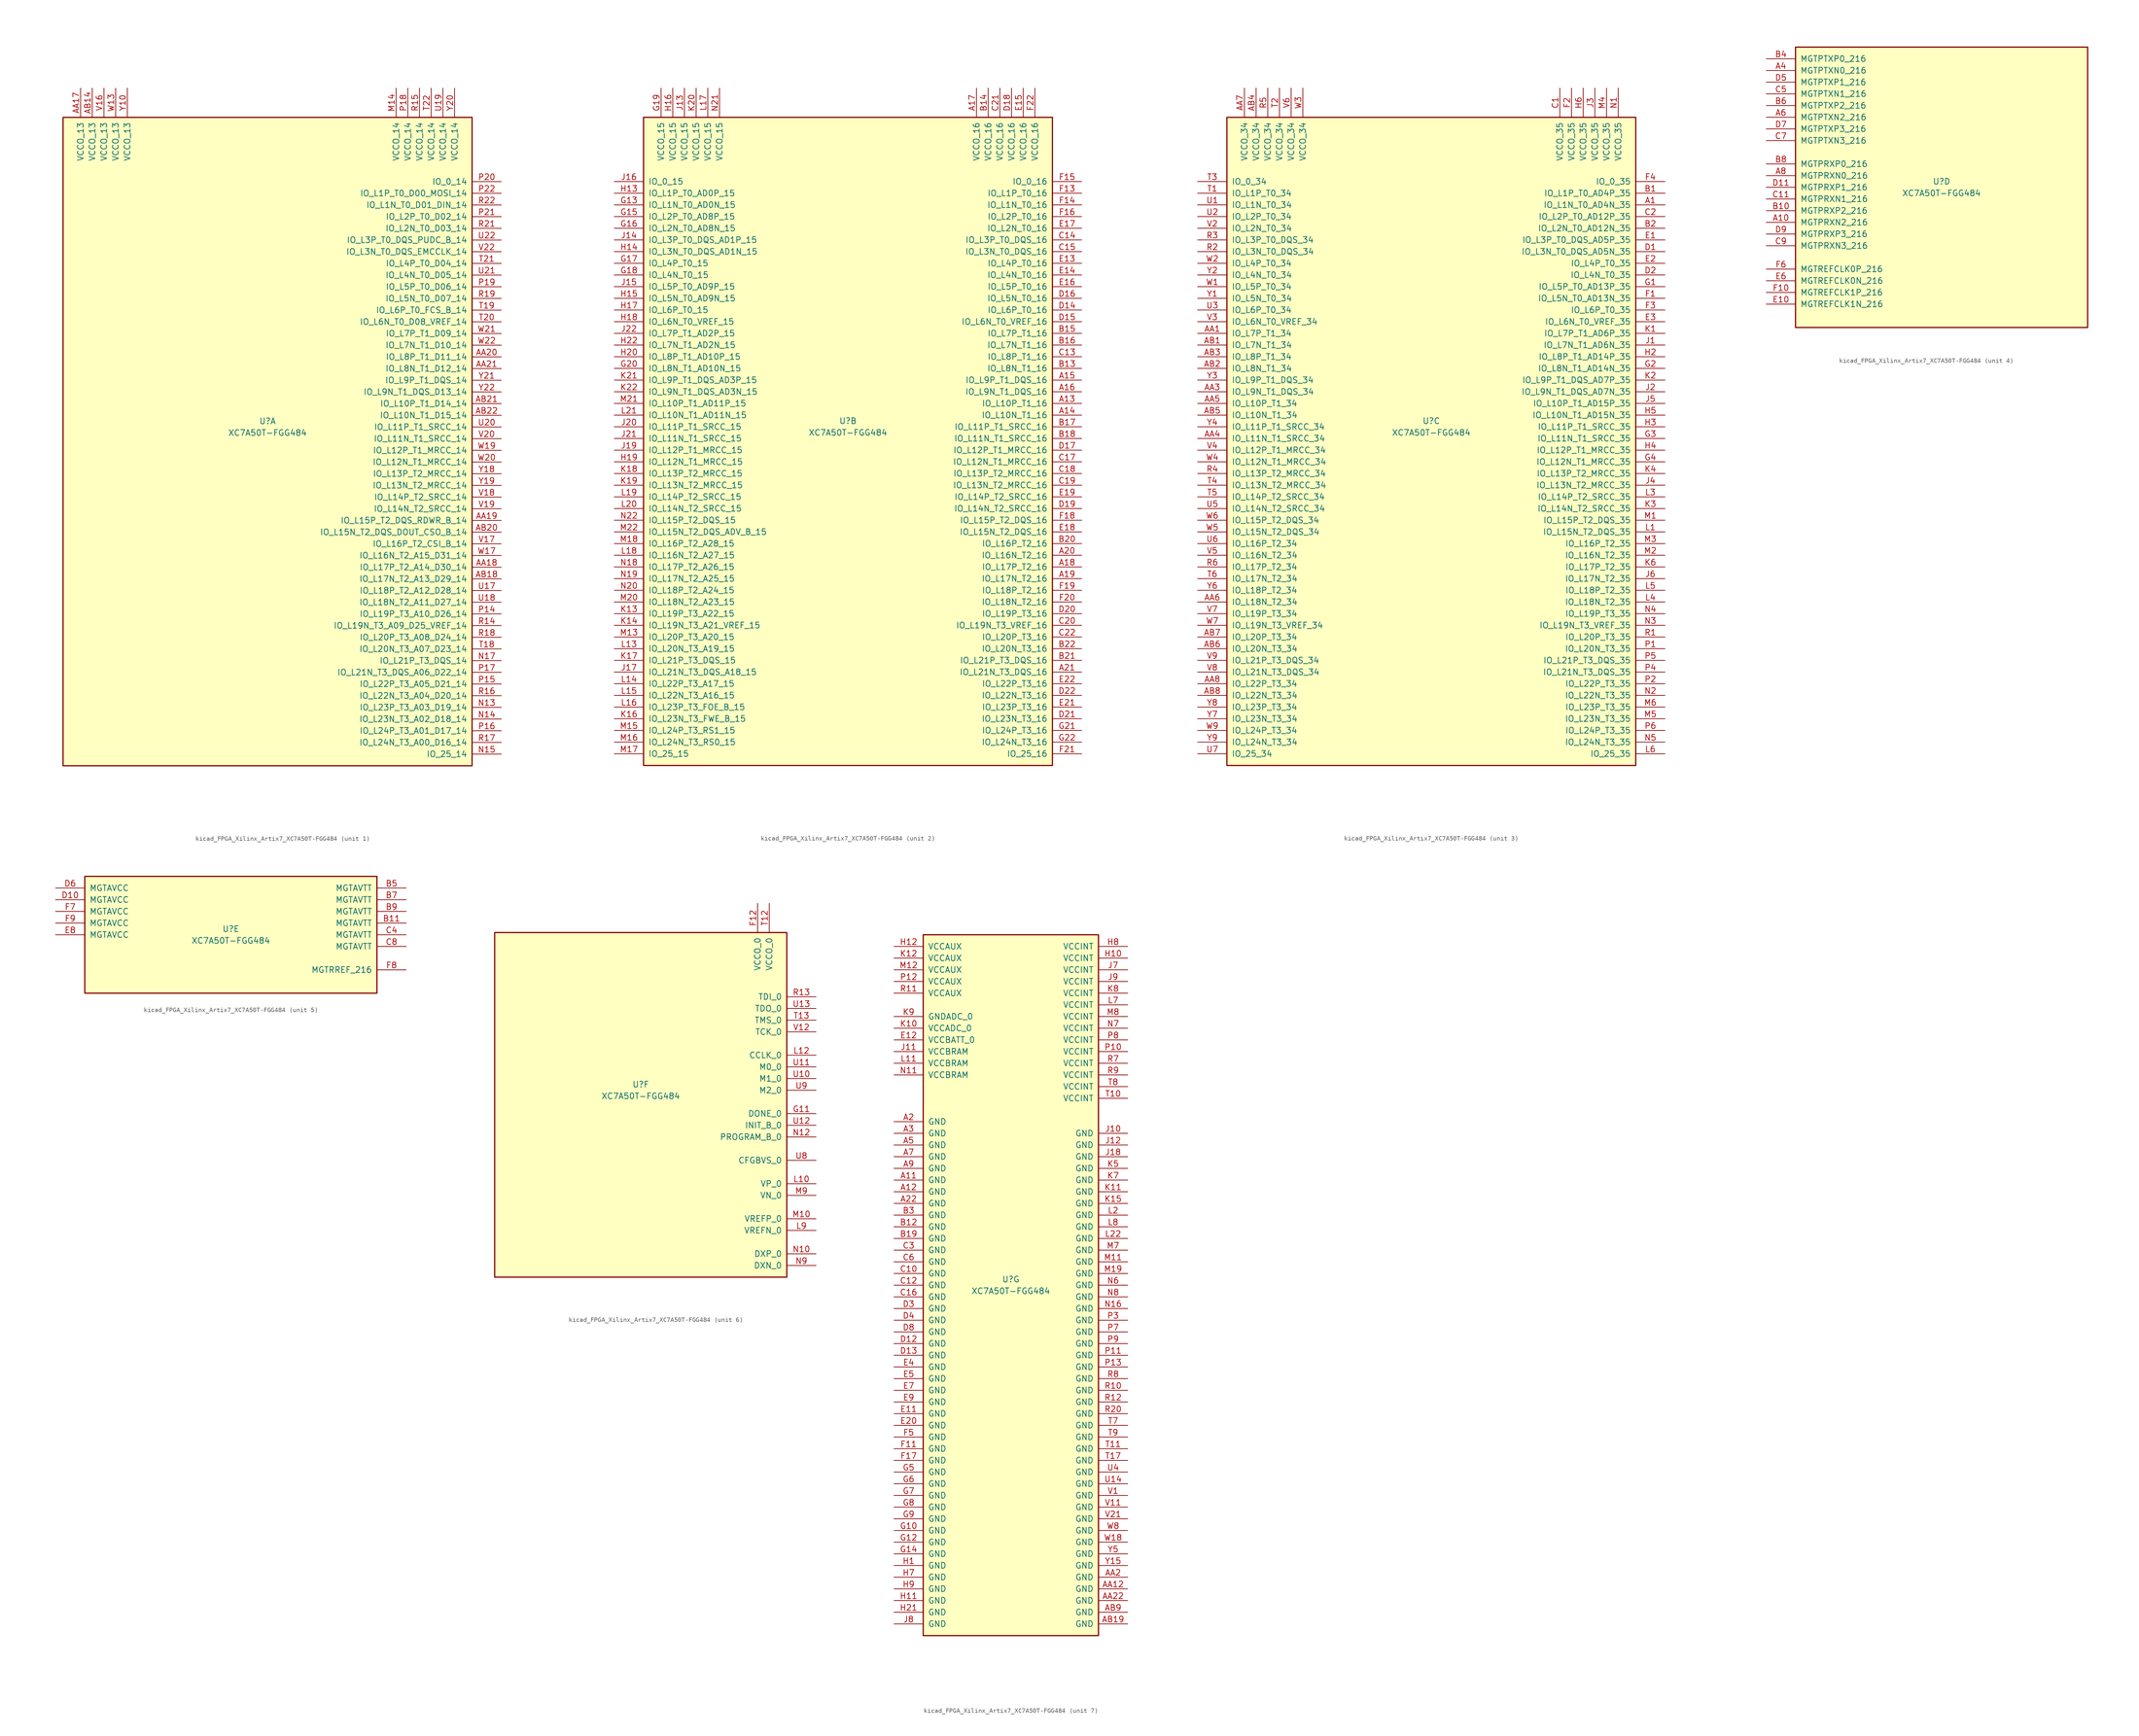
<source format=kicad_sym>
(kicad_symbol_lib
  (version 20220914)
  (generator kicad_symbol_editor)
  (symbol "kicad_FPGA_Xilinx_Artix7_XC7A50T-FGG484"
    (pin_names
      (offset 1.016))
    (property "Reference" "U"
      (at 0 1.27 0)
      (effects (font (size 1.27 1.27))))
    (property "Value" "XC7A50T-FGG484"
      (at 0 -1.27 0)
      (effects (font (size 1.27 1.27))))
    (property "Datasheet" ""
      (at 0 0 0)
      (effects (font (size 1.27 1.27))))
    (property "ki_locked" ""
      (at 0 0 0)
      (effects (font (size 1.27 1.27))))
    (symbol "kicad_FPGA_Xilinx_Artix7_XC7A50T-FGG484_1_1"
      (rectangle (start -44.45 67.31) (end 44.45 -73.66) (stroke (width 0.254) (type default)) (fill (type background)))
      (pin power_in line (at -40.64 73.66 270) (length 6.35) (name "VCCO_13" (effects (font (size 1.27 1.27)))) (number "AA17" (effects (font (size 1.27 1.27)))))
      (pin bidirectional line (at 50.8 -30.48 180) (length 6.35) (name "IO_L17P_T2_A14_D30_14" (effects (font (size 1.27 1.27)))) (number "AA18" (effects (font (size 1.27 1.27)))))
      (pin bidirectional line (at 50.8 -20.32 180) (length 6.35) (name "IO_L15P_T2_DQS_RDWR_B_14" (effects (font (size 1.27 1.27)))) (number "AA19" (effects (font (size 1.27 1.27)))))
      (pin bidirectional line (at 50.8 15.24 180) (length 6.35) (name "IO_L8P_T1_D11_14" (effects (font (size 1.27 1.27)))) (number "AA20" (effects (font (size 1.27 1.27)))))
      (pin bidirectional line (at 50.8 12.7 180) (length 6.35) (name "IO_L8N_T1_D12_14" (effects (font (size 1.27 1.27)))) (number "AA21" (effects (font (size 1.27 1.27)))))
      (pin power_in line (at -38.1 73.66 270) (length 6.35) (name "VCCO_13" (effects (font (size 1.27 1.27)))) (number "AB14" (effects (font (size 1.27 1.27)))))
      (pin bidirectional line (at 50.8 -33.02 180) (length 6.35) (name "IO_L17N_T2_A13_D29_14" (effects (font (size 1.27 1.27)))) (number "AB18" (effects (font (size 1.27 1.27)))))
      (pin bidirectional line (at 50.8 -22.86 180) (length 6.35) (name "IO_L15N_T2_DQS_DOUT_CSO_B_14" (effects (font (size 1.27 1.27)))) (number "AB20" (effects (font (size 1.27 1.27)))))
      (pin bidirectional line (at 50.8 5.08 180) (length 6.35) (name "IO_L10P_T1_D14_14" (effects (font (size 1.27 1.27)))) (number "AB21" (effects (font (size 1.27 1.27)))))
      (pin bidirectional line (at 50.8 2.54 180) (length 6.35) (name "IO_L10N_T1_D15_14" (effects (font (size 1.27 1.27)))) (number "AB22" (effects (font (size 1.27 1.27)))))
      (pin power_in line (at 27.94 73.66 270) (length 6.35) (name "VCCO_14" (effects (font (size 1.27 1.27)))) (number "M14" (effects (font (size 1.27 1.27)))))
      (pin bidirectional line (at 50.8 -60.96 180) (length 6.35) (name "IO_L23P_T3_A03_D19_14" (effects (font (size 1.27 1.27)))) (number "N13" (effects (font (size 1.27 1.27)))))
      (pin bidirectional line (at 50.8 -63.5 180) (length 6.35) (name "IO_L23N_T3_A02_D18_14" (effects (font (size 1.27 1.27)))) (number "N14" (effects (font (size 1.27 1.27)))))
      (pin bidirectional line (at 50.8 -71.12 180) (length 6.35) (name "IO_25_14" (effects (font (size 1.27 1.27)))) (number "N15" (effects (font (size 1.27 1.27)))))
      (pin bidirectional line (at 50.8 -50.8 180) (length 6.35) (name "IO_L21P_T3_DQS_14" (effects (font (size 1.27 1.27)))) (number "N17" (effects (font (size 1.27 1.27)))))
      (pin bidirectional line (at 50.8 -40.64 180) (length 6.35) (name "IO_L19P_T3_A10_D26_14" (effects (font (size 1.27 1.27)))) (number "P14" (effects (font (size 1.27 1.27)))))
      (pin bidirectional line (at 50.8 -55.88 180) (length 6.35) (name "IO_L22P_T3_A05_D21_14" (effects (font (size 1.27 1.27)))) (number "P15" (effects (font (size 1.27 1.27)))))
      (pin bidirectional line (at 50.8 -66.04 180) (length 6.35) (name "IO_L24P_T3_A01_D17_14" (effects (font (size 1.27 1.27)))) (number "P16" (effects (font (size 1.27 1.27)))))
      (pin bidirectional line (at 50.8 -53.34 180) (length 6.35) (name "IO_L21N_T3_DQS_A06_D22_14" (effects (font (size 1.27 1.27)))) (number "P17" (effects (font (size 1.27 1.27)))))
      (pin power_in line (at 30.48 73.66 270) (length 6.35) (name "VCCO_14" (effects (font (size 1.27 1.27)))) (number "P18" (effects (font (size 1.27 1.27)))))
      (pin bidirectional line (at 50.8 30.48 180) (length 6.35) (name "IO_L5P_T0_D06_14" (effects (font (size 1.27 1.27)))) (number "P19" (effects (font (size 1.27 1.27)))))
      (pin bidirectional line (at 50.8 53.34 180) (length 6.35) (name "IO_0_14" (effects (font (size 1.27 1.27)))) (number "P20" (effects (font (size 1.27 1.27)))))
      (pin bidirectional line (at 50.8 45.72 180) (length 6.35) (name "IO_L2P_T0_D02_14" (effects (font (size 1.27 1.27)))) (number "P21" (effects (font (size 1.27 1.27)))))
      (pin bidirectional line (at 50.8 50.8 180) (length 6.35) (name "IO_L1P_T0_D00_MOSI_14" (effects (font (size 1.27 1.27)))) (number "P22" (effects (font (size 1.27 1.27)))))
      (pin bidirectional line (at 50.8 -43.18 180) (length 6.35) (name "IO_L19N_T3_A09_D25_VREF_14" (effects (font (size 1.27 1.27)))) (number "R14" (effects (font (size 1.27 1.27)))))
      (pin power_in line (at 33.02 73.66 270) (length 6.35) (name "VCCO_14" (effects (font (size 1.27 1.27)))) (number "R15" (effects (font (size 1.27 1.27)))))
      (pin bidirectional line (at 50.8 -58.42 180) (length 6.35) (name "IO_L22N_T3_A04_D20_14" (effects (font (size 1.27 1.27)))) (number "R16" (effects (font (size 1.27 1.27)))))
      (pin bidirectional line (at 50.8 -68.58 180) (length 6.35) (name "IO_L24N_T3_A00_D16_14" (effects (font (size 1.27 1.27)))) (number "R17" (effects (font (size 1.27 1.27)))))
      (pin bidirectional line (at 50.8 -45.72 180) (length 6.35) (name "IO_L20P_T3_A08_D24_14" (effects (font (size 1.27 1.27)))) (number "R18" (effects (font (size 1.27 1.27)))))
      (pin bidirectional line (at 50.8 27.94 180) (length 6.35) (name "IO_L5N_T0_D07_14" (effects (font (size 1.27 1.27)))) (number "R19" (effects (font (size 1.27 1.27)))))
      (pin bidirectional line (at 50.8 43.18 180) (length 6.35) (name "IO_L2N_T0_D03_14" (effects (font (size 1.27 1.27)))) (number "R21" (effects (font (size 1.27 1.27)))))
      (pin bidirectional line (at 50.8 48.26 180) (length 6.35) (name "IO_L1N_T0_D01_DIN_14" (effects (font (size 1.27 1.27)))) (number "R22" (effects (font (size 1.27 1.27)))))
      (pin bidirectional line (at 50.8 -48.26 180) (length 6.35) (name "IO_L20N_T3_A07_D23_14" (effects (font (size 1.27 1.27)))) (number "T18" (effects (font (size 1.27 1.27)))))
      (pin bidirectional line (at 50.8 25.4 180) (length 6.35) (name "IO_L6P_T0_FCS_B_14" (effects (font (size 1.27 1.27)))) (number "T19" (effects (font (size 1.27 1.27)))))
      (pin bidirectional line (at 50.8 22.86 180) (length 6.35) (name "IO_L6N_T0_D08_VREF_14" (effects (font (size 1.27 1.27)))) (number "T20" (effects (font (size 1.27 1.27)))))
      (pin bidirectional line (at 50.8 35.56 180) (length 6.35) (name "IO_L4P_T0_D04_14" (effects (font (size 1.27 1.27)))) (number "T21" (effects (font (size 1.27 1.27)))))
      (pin power_in line (at 35.56 73.66 270) (length 6.35) (name "VCCO_14" (effects (font (size 1.27 1.27)))) (number "T22" (effects (font (size 1.27 1.27)))))
      (pin bidirectional line (at 50.8 -35.56 180) (length 6.35) (name "IO_L18P_T2_A12_D28_14" (effects (font (size 1.27 1.27)))) (number "U17" (effects (font (size 1.27 1.27)))))
      (pin bidirectional line (at 50.8 -38.1 180) (length 6.35) (name "IO_L18N_T2_A11_D27_14" (effects (font (size 1.27 1.27)))) (number "U18" (effects (font (size 1.27 1.27)))))
      (pin power_in line (at 38.1 73.66 270) (length 6.35) (name "VCCO_14" (effects (font (size 1.27 1.27)))) (number "U19" (effects (font (size 1.27 1.27)))))
      (pin bidirectional line (at 50.8 0 180) (length 6.35) (name "IO_L11P_T1_SRCC_14" (effects (font (size 1.27 1.27)))) (number "U20" (effects (font (size 1.27 1.27)))))
      (pin bidirectional line (at 50.8 33.02 180) (length 6.35) (name "IO_L4N_T0_D05_14" (effects (font (size 1.27 1.27)))) (number "U21" (effects (font (size 1.27 1.27)))))
      (pin bidirectional line (at 50.8 40.64 180) (length 6.35) (name "IO_L3P_T0_DQS_PUDC_B_14" (effects (font (size 1.27 1.27)))) (number "U22" (effects (font (size 1.27 1.27)))))
      (pin power_in line (at -35.56 73.66 270) (length 6.35) (name "VCCO_13" (effects (font (size 1.27 1.27)))) (number "V16" (effects (font (size 1.27 1.27)))))
      (pin bidirectional line (at 50.8 -25.4 180) (length 6.35) (name "IO_L16P_T2_CSI_B_14" (effects (font (size 1.27 1.27)))) (number "V17" (effects (font (size 1.27 1.27)))))
      (pin bidirectional line (at 50.8 -15.24 180) (length 6.35) (name "IO_L14P_T2_SRCC_14" (effects (font (size 1.27 1.27)))) (number "V18" (effects (font (size 1.27 1.27)))))
      (pin bidirectional line (at 50.8 -17.78 180) (length 6.35) (name "IO_L14N_T2_SRCC_14" (effects (font (size 1.27 1.27)))) (number "V19" (effects (font (size 1.27 1.27)))))
      (pin bidirectional line (at 50.8 -2.54 180) (length 6.35) (name "IO_L11N_T1_SRCC_14" (effects (font (size 1.27 1.27)))) (number "V20" (effects (font (size 1.27 1.27)))))
      (pin bidirectional line (at 50.8 38.1 180) (length 6.35) (name "IO_L3N_T0_DQS_EMCCLK_14" (effects (font (size 1.27 1.27)))) (number "V22" (effects (font (size 1.27 1.27)))))
      (pin power_in line (at -33.02 73.66 270) (length 6.35) (name "VCCO_13" (effects (font (size 1.27 1.27)))) (number "W13" (effects (font (size 1.27 1.27)))))
      (pin bidirectional line (at 50.8 -27.94 180) (length 6.35) (name "IO_L16N_T2_A15_D31_14" (effects (font (size 1.27 1.27)))) (number "W17" (effects (font (size 1.27 1.27)))))
      (pin bidirectional line (at 50.8 -5.08 180) (length 6.35) (name "IO_L12P_T1_MRCC_14" (effects (font (size 1.27 1.27)))) (number "W19" (effects (font (size 1.27 1.27)))))
      (pin bidirectional line (at 50.8 -7.62 180) (length 6.35) (name "IO_L12N_T1_MRCC_14" (effects (font (size 1.27 1.27)))) (number "W20" (effects (font (size 1.27 1.27)))))
      (pin bidirectional line (at 50.8 20.32 180) (length 6.35) (name "IO_L7P_T1_D09_14" (effects (font (size 1.27 1.27)))) (number "W21" (effects (font (size 1.27 1.27)))))
      (pin bidirectional line (at 50.8 17.78 180) (length 6.35) (name "IO_L7N_T1_D10_14" (effects (font (size 1.27 1.27)))) (number "W22" (effects (font (size 1.27 1.27)))))
      (pin power_in line (at -30.48 73.66 270) (length 6.35) (name "VCCO_13" (effects (font (size 1.27 1.27)))) (number "Y10" (effects (font (size 1.27 1.27)))))
      (pin bidirectional line (at 50.8 -10.16 180) (length 6.35) (name "IO_L13P_T2_MRCC_14" (effects (font (size 1.27 1.27)))) (number "Y18" (effects (font (size 1.27 1.27)))))
      (pin bidirectional line (at 50.8 -12.7 180) (length 6.35) (name "IO_L13N_T2_MRCC_14" (effects (font (size 1.27 1.27)))) (number "Y19" (effects (font (size 1.27 1.27)))))
      (pin power_in line (at 40.64 73.66 270) (length 6.35) (name "VCCO_14" (effects (font (size 1.27 1.27)))) (number "Y20" (effects (font (size 1.27 1.27)))))
      (pin bidirectional line (at 50.8 10.16 180) (length 6.35) (name "IO_L9P_T1_DQS_14" (effects (font (size 1.27 1.27)))) (number "Y21" (effects (font (size 1.27 1.27)))))
      (pin bidirectional line (at 50.8 7.62 180) (length 6.35) (name "IO_L9N_T1_DQS_D13_14" (effects (font (size 1.27 1.27)))) (number "Y22" (effects (font (size 1.27 1.27))))))
    (symbol "kicad_FPGA_Xilinx_Artix7_XC7A50T-FGG484_2_1"
      (rectangle (start -44.45 67.31) (end 44.45 -73.66) (stroke (width 0.254) (type default)) (fill (type background)))
      (pin bidirectional line (at 50.8 5.08 180) (length 6.35) (name "IO_L10P_T1_16" (effects (font (size 1.27 1.27)))) (number "A13" (effects (font (size 1.27 1.27)))))
      (pin bidirectional line (at 50.8 2.54 180) (length 6.35) (name "IO_L10N_T1_16" (effects (font (size 1.27 1.27)))) (number "A14" (effects (font (size 1.27 1.27)))))
      (pin bidirectional line (at 50.8 10.16 180) (length 6.35) (name "IO_L9P_T1_DQS_16" (effects (font (size 1.27 1.27)))) (number "A15" (effects (font (size 1.27 1.27)))))
      (pin bidirectional line (at 50.8 7.62 180) (length 6.35) (name "IO_L9N_T1_DQS_16" (effects (font (size 1.27 1.27)))) (number "A16" (effects (font (size 1.27 1.27)))))
      (pin power_in line (at 27.94 73.66 270) (length 6.35) (name "VCCO_16" (effects (font (size 1.27 1.27)))) (number "A17" (effects (font (size 1.27 1.27)))))
      (pin bidirectional line (at 50.8 -30.48 180) (length 6.35) (name "IO_L17P_T2_16" (effects (font (size 1.27 1.27)))) (number "A18" (effects (font (size 1.27 1.27)))))
      (pin bidirectional line (at 50.8 -33.02 180) (length 6.35) (name "IO_L17N_T2_16" (effects (font (size 1.27 1.27)))) (number "A19" (effects (font (size 1.27 1.27)))))
      (pin bidirectional line (at 50.8 -27.94 180) (length 6.35) (name "IO_L16N_T2_16" (effects (font (size 1.27 1.27)))) (number "A20" (effects (font (size 1.27 1.27)))))
      (pin bidirectional line (at 50.8 -53.34 180) (length 6.35) (name "IO_L21N_T3_DQS_16" (effects (font (size 1.27 1.27)))) (number "A21" (effects (font (size 1.27 1.27)))))
      (pin bidirectional line (at 50.8 12.7 180) (length 6.35) (name "IO_L8N_T1_16" (effects (font (size 1.27 1.27)))) (number "B13" (effects (font (size 1.27 1.27)))))
      (pin power_in line (at 30.48 73.66 270) (length 6.35) (name "VCCO_16" (effects (font (size 1.27 1.27)))) (number "B14" (effects (font (size 1.27 1.27)))))
      (pin bidirectional line (at 50.8 20.32 180) (length 6.35) (name "IO_L7P_T1_16" (effects (font (size 1.27 1.27)))) (number "B15" (effects (font (size 1.27 1.27)))))
      (pin bidirectional line (at 50.8 17.78 180) (length 6.35) (name "IO_L7N_T1_16" (effects (font (size 1.27 1.27)))) (number "B16" (effects (font (size 1.27 1.27)))))
      (pin bidirectional line (at 50.8 0 180) (length 6.35) (name "IO_L11P_T1_SRCC_16" (effects (font (size 1.27 1.27)))) (number "B17" (effects (font (size 1.27 1.27)))))
      (pin bidirectional line (at 50.8 -2.54 180) (length 6.35) (name "IO_L11N_T1_SRCC_16" (effects (font (size 1.27 1.27)))) (number "B18" (effects (font (size 1.27 1.27)))))
      (pin bidirectional line (at 50.8 -25.4 180) (length 6.35) (name "IO_L16P_T2_16" (effects (font (size 1.27 1.27)))) (number "B20" (effects (font (size 1.27 1.27)))))
      (pin bidirectional line (at 50.8 -50.8 180) (length 6.35) (name "IO_L21P_T3_DQS_16" (effects (font (size 1.27 1.27)))) (number "B21" (effects (font (size 1.27 1.27)))))
      (pin bidirectional line (at 50.8 -48.26 180) (length 6.35) (name "IO_L20N_T3_16" (effects (font (size 1.27 1.27)))) (number "B22" (effects (font (size 1.27 1.27)))))
      (pin bidirectional line (at 50.8 15.24 180) (length 6.35) (name "IO_L8P_T1_16" (effects (font (size 1.27 1.27)))) (number "C13" (effects (font (size 1.27 1.27)))))
      (pin bidirectional line (at 50.8 40.64 180) (length 6.35) (name "IO_L3P_T0_DQS_16" (effects (font (size 1.27 1.27)))) (number "C14" (effects (font (size 1.27 1.27)))))
      (pin bidirectional line (at 50.8 38.1 180) (length 6.35) (name "IO_L3N_T0_DQS_16" (effects (font (size 1.27 1.27)))) (number "C15" (effects (font (size 1.27 1.27)))))
      (pin bidirectional line (at 50.8 -7.62 180) (length 6.35) (name "IO_L12N_T1_MRCC_16" (effects (font (size 1.27 1.27)))) (number "C17" (effects (font (size 1.27 1.27)))))
      (pin bidirectional line (at 50.8 -10.16 180) (length 6.35) (name "IO_L13P_T2_MRCC_16" (effects (font (size 1.27 1.27)))) (number "C18" (effects (font (size 1.27 1.27)))))
      (pin bidirectional line (at 50.8 -12.7 180) (length 6.35) (name "IO_L13N_T2_MRCC_16" (effects (font (size 1.27 1.27)))) (number "C19" (effects (font (size 1.27 1.27)))))
      (pin bidirectional line (at 50.8 -43.18 180) (length 6.35) (name "IO_L19N_T3_VREF_16" (effects (font (size 1.27 1.27)))) (number "C20" (effects (font (size 1.27 1.27)))))
      (pin power_in line (at 33.02 73.66 270) (length 6.35) (name "VCCO_16" (effects (font (size 1.27 1.27)))) (number "C21" (effects (font (size 1.27 1.27)))))
      (pin bidirectional line (at 50.8 -45.72 180) (length 6.35) (name "IO_L20P_T3_16" (effects (font (size 1.27 1.27)))) (number "C22" (effects (font (size 1.27 1.27)))))
      (pin bidirectional line (at 50.8 25.4 180) (length 6.35) (name "IO_L6P_T0_16" (effects (font (size 1.27 1.27)))) (number "D14" (effects (font (size 1.27 1.27)))))
      (pin bidirectional line (at 50.8 22.86 180) (length 6.35) (name "IO_L6N_T0_VREF_16" (effects (font (size 1.27 1.27)))) (number "D15" (effects (font (size 1.27 1.27)))))
      (pin bidirectional line (at 50.8 27.94 180) (length 6.35) (name "IO_L5N_T0_16" (effects (font (size 1.27 1.27)))) (number "D16" (effects (font (size 1.27 1.27)))))
      (pin bidirectional line (at 50.8 -5.08 180) (length 6.35) (name "IO_L12P_T1_MRCC_16" (effects (font (size 1.27 1.27)))) (number "D17" (effects (font (size 1.27 1.27)))))
      (pin power_in line (at 35.56 73.66 270) (length 6.35) (name "VCCO_16" (effects (font (size 1.27 1.27)))) (number "D18" (effects (font (size 1.27 1.27)))))
      (pin bidirectional line (at 50.8 -17.78 180) (length 6.35) (name "IO_L14N_T2_SRCC_16" (effects (font (size 1.27 1.27)))) (number "D19" (effects (font (size 1.27 1.27)))))
      (pin bidirectional line (at 50.8 -40.64 180) (length 6.35) (name "IO_L19P_T3_16" (effects (font (size 1.27 1.27)))) (number "D20" (effects (font (size 1.27 1.27)))))
      (pin bidirectional line (at 50.8 -63.5 180) (length 6.35) (name "IO_L23N_T3_16" (effects (font (size 1.27 1.27)))) (number "D21" (effects (font (size 1.27 1.27)))))
      (pin bidirectional line (at 50.8 -58.42 180) (length 6.35) (name "IO_L22N_T3_16" (effects (font (size 1.27 1.27)))) (number "D22" (effects (font (size 1.27 1.27)))))
      (pin bidirectional line (at 50.8 35.56 180) (length 6.35) (name "IO_L4P_T0_16" (effects (font (size 1.27 1.27)))) (number "E13" (effects (font (size 1.27 1.27)))))
      (pin bidirectional line (at 50.8 33.02 180) (length 6.35) (name "IO_L4N_T0_16" (effects (font (size 1.27 1.27)))) (number "E14" (effects (font (size 1.27 1.27)))))
      (pin power_in line (at 38.1 73.66 270) (length 6.35) (name "VCCO_16" (effects (font (size 1.27 1.27)))) (number "E15" (effects (font (size 1.27 1.27)))))
      (pin bidirectional line (at 50.8 30.48 180) (length 6.35) (name "IO_L5P_T0_16" (effects (font (size 1.27 1.27)))) (number "E16" (effects (font (size 1.27 1.27)))))
      (pin bidirectional line (at 50.8 43.18 180) (length 6.35) (name "IO_L2N_T0_16" (effects (font (size 1.27 1.27)))) (number "E17" (effects (font (size 1.27 1.27)))))
      (pin bidirectional line (at 50.8 -22.86 180) (length 6.35) (name "IO_L15N_T2_DQS_16" (effects (font (size 1.27 1.27)))) (number "E18" (effects (font (size 1.27 1.27)))))
      (pin bidirectional line (at 50.8 -15.24 180) (length 6.35) (name "IO_L14P_T2_SRCC_16" (effects (font (size 1.27 1.27)))) (number "E19" (effects (font (size 1.27 1.27)))))
      (pin bidirectional line (at 50.8 -60.96 180) (length 6.35) (name "IO_L23P_T3_16" (effects (font (size 1.27 1.27)))) (number "E21" (effects (font (size 1.27 1.27)))))
      (pin bidirectional line (at 50.8 -55.88 180) (length 6.35) (name "IO_L22P_T3_16" (effects (font (size 1.27 1.27)))) (number "E22" (effects (font (size 1.27 1.27)))))
      (pin bidirectional line (at 50.8 50.8 180) (length 6.35) (name "IO_L1P_T0_16" (effects (font (size 1.27 1.27)))) (number "F13" (effects (font (size 1.27 1.27)))))
      (pin bidirectional line (at 50.8 48.26 180) (length 6.35) (name "IO_L1N_T0_16" (effects (font (size 1.27 1.27)))) (number "F14" (effects (font (size 1.27 1.27)))))
      (pin bidirectional line (at 50.8 53.34 180) (length 6.35) (name "IO_0_16" (effects (font (size 1.27 1.27)))) (number "F15" (effects (font (size 1.27 1.27)))))
      (pin bidirectional line (at 50.8 45.72 180) (length 6.35) (name "IO_L2P_T0_16" (effects (font (size 1.27 1.27)))) (number "F16" (effects (font (size 1.27 1.27)))))
      (pin bidirectional line (at 50.8 -20.32 180) (length 6.35) (name "IO_L15P_T2_DQS_16" (effects (font (size 1.27 1.27)))) (number "F18" (effects (font (size 1.27 1.27)))))
      (pin bidirectional line (at 50.8 -35.56 180) (length 6.35) (name "IO_L18P_T2_16" (effects (font (size 1.27 1.27)))) (number "F19" (effects (font (size 1.27 1.27)))))
      (pin bidirectional line (at 50.8 -38.1 180) (length 6.35) (name "IO_L18N_T2_16" (effects (font (size 1.27 1.27)))) (number "F20" (effects (font (size 1.27 1.27)))))
      (pin bidirectional line (at 50.8 -71.12 180) (length 6.35) (name "IO_25_16" (effects (font (size 1.27 1.27)))) (number "F21" (effects (font (size 1.27 1.27)))))
      (pin power_in line (at 40.64 73.66 270) (length 6.35) (name "VCCO_16" (effects (font (size 1.27 1.27)))) (number "F22" (effects (font (size 1.27 1.27)))))
      (pin bidirectional line (at -50.8 48.26 0) (length 6.35) (name "IO_L1N_T0_AD0N_15" (effects (font (size 1.27 1.27)))) (number "G13" (effects (font (size 1.27 1.27)))))
      (pin bidirectional line (at -50.8 45.72 0) (length 6.35) (name "IO_L2P_T0_AD8P_15" (effects (font (size 1.27 1.27)))) (number "G15" (effects (font (size 1.27 1.27)))))
      (pin bidirectional line (at -50.8 43.18 0) (length 6.35) (name "IO_L2N_T0_AD8N_15" (effects (font (size 1.27 1.27)))) (number "G16" (effects (font (size 1.27 1.27)))))
      (pin bidirectional line (at -50.8 35.56 0) (length 6.35) (name "IO_L4P_T0_15" (effects (font (size 1.27 1.27)))) (number "G17" (effects (font (size 1.27 1.27)))))
      (pin bidirectional line (at -50.8 33.02 0) (length 6.35) (name "IO_L4N_T0_15" (effects (font (size 1.27 1.27)))) (number "G18" (effects (font (size 1.27 1.27)))))
      (pin power_in line (at -40.64 73.66 270) (length 6.35) (name "VCCO_15" (effects (font (size 1.27 1.27)))) (number "G19" (effects (font (size 1.27 1.27)))))
      (pin bidirectional line (at -50.8 12.7 0) (length 6.35) (name "IO_L8N_T1_AD10N_15" (effects (font (size 1.27 1.27)))) (number "G20" (effects (font (size 1.27 1.27)))))
      (pin bidirectional line (at 50.8 -66.04 180) (length 6.35) (name "IO_L24P_T3_16" (effects (font (size 1.27 1.27)))) (number "G21" (effects (font (size 1.27 1.27)))))
      (pin bidirectional line (at 50.8 -68.58 180) (length 6.35) (name "IO_L24N_T3_16" (effects (font (size 1.27 1.27)))) (number "G22" (effects (font (size 1.27 1.27)))))
      (pin bidirectional line (at -50.8 50.8 0) (length 6.35) (name "IO_L1P_T0_AD0P_15" (effects (font (size 1.27 1.27)))) (number "H13" (effects (font (size 1.27 1.27)))))
      (pin bidirectional line (at -50.8 38.1 0) (length 6.35) (name "IO_L3N_T0_DQS_AD1N_15" (effects (font (size 1.27 1.27)))) (number "H14" (effects (font (size 1.27 1.27)))))
      (pin bidirectional line (at -50.8 27.94 0) (length 6.35) (name "IO_L5N_T0_AD9N_15" (effects (font (size 1.27 1.27)))) (number "H15" (effects (font (size 1.27 1.27)))))
      (pin power_in line (at -38.1 73.66 270) (length 6.35) (name "VCCO_15" (effects (font (size 1.27 1.27)))) (number "H16" (effects (font (size 1.27 1.27)))))
      (pin bidirectional line (at -50.8 25.4 0) (length 6.35) (name "IO_L6P_T0_15" (effects (font (size 1.27 1.27)))) (number "H17" (effects (font (size 1.27 1.27)))))
      (pin bidirectional line (at -50.8 22.86 0) (length 6.35) (name "IO_L6N_T0_VREF_15" (effects (font (size 1.27 1.27)))) (number "H18" (effects (font (size 1.27 1.27)))))
      (pin bidirectional line (at -50.8 -7.62 0) (length 6.35) (name "IO_L12N_T1_MRCC_15" (effects (font (size 1.27 1.27)))) (number "H19" (effects (font (size 1.27 1.27)))))
      (pin bidirectional line (at -50.8 15.24 0) (length 6.35) (name "IO_L8P_T1_AD10P_15" (effects (font (size 1.27 1.27)))) (number "H20" (effects (font (size 1.27 1.27)))))
      (pin bidirectional line (at -50.8 17.78 0) (length 6.35) (name "IO_L7N_T1_AD2N_15" (effects (font (size 1.27 1.27)))) (number "H22" (effects (font (size 1.27 1.27)))))
      (pin power_in line (at -35.56 73.66 270) (length 6.35) (name "VCCO_15" (effects (font (size 1.27 1.27)))) (number "J13" (effects (font (size 1.27 1.27)))))
      (pin bidirectional line (at -50.8 40.64 0) (length 6.35) (name "IO_L3P_T0_DQS_AD1P_15" (effects (font (size 1.27 1.27)))) (number "J14" (effects (font (size 1.27 1.27)))))
      (pin bidirectional line (at -50.8 30.48 0) (length 6.35) (name "IO_L5P_T0_AD9P_15" (effects (font (size 1.27 1.27)))) (number "J15" (effects (font (size 1.27 1.27)))))
      (pin bidirectional line (at -50.8 53.34 0) (length 6.35) (name "IO_0_15" (effects (font (size 1.27 1.27)))) (number "J16" (effects (font (size 1.27 1.27)))))
      (pin bidirectional line (at -50.8 -53.34 0) (length 6.35) (name "IO_L21N_T3_DQS_A18_15" (effects (font (size 1.27 1.27)))) (number "J17" (effects (font (size 1.27 1.27)))))
      (pin bidirectional line (at -50.8 -5.08 0) (length 6.35) (name "IO_L12P_T1_MRCC_15" (effects (font (size 1.27 1.27)))) (number "J19" (effects (font (size 1.27 1.27)))))
      (pin bidirectional line (at -50.8 0 0) (length 6.35) (name "IO_L11P_T1_SRCC_15" (effects (font (size 1.27 1.27)))) (number "J20" (effects (font (size 1.27 1.27)))))
      (pin bidirectional line (at -50.8 -2.54 0) (length 6.35) (name "IO_L11N_T1_SRCC_15" (effects (font (size 1.27 1.27)))) (number "J21" (effects (font (size 1.27 1.27)))))
      (pin bidirectional line (at -50.8 20.32 0) (length 6.35) (name "IO_L7P_T1_AD2P_15" (effects (font (size 1.27 1.27)))) (number "J22" (effects (font (size 1.27 1.27)))))
      (pin bidirectional line (at -50.8 -40.64 0) (length 6.35) (name "IO_L19P_T3_A22_15" (effects (font (size 1.27 1.27)))) (number "K13" (effects (font (size 1.27 1.27)))))
      (pin bidirectional line (at -50.8 -43.18 0) (length 6.35) (name "IO_L19N_T3_A21_VREF_15" (effects (font (size 1.27 1.27)))) (number "K14" (effects (font (size 1.27 1.27)))))
      (pin bidirectional line (at -50.8 -63.5 0) (length 6.35) (name "IO_L23N_T3_FWE_B_15" (effects (font (size 1.27 1.27)))) (number "K16" (effects (font (size 1.27 1.27)))))
      (pin bidirectional line (at -50.8 -50.8 0) (length 6.35) (name "IO_L21P_T3_DQS_15" (effects (font (size 1.27 1.27)))) (number "K17" (effects (font (size 1.27 1.27)))))
      (pin bidirectional line (at -50.8 -10.16 0) (length 6.35) (name "IO_L13P_T2_MRCC_15" (effects (font (size 1.27 1.27)))) (number "K18" (effects (font (size 1.27 1.27)))))
      (pin bidirectional line (at -50.8 -12.7 0) (length 6.35) (name "IO_L13N_T2_MRCC_15" (effects (font (size 1.27 1.27)))) (number "K19" (effects (font (size 1.27 1.27)))))
      (pin power_in line (at -33.02 73.66 270) (length 6.35) (name "VCCO_15" (effects (font (size 1.27 1.27)))) (number "K20" (effects (font (size 1.27 1.27)))))
      (pin bidirectional line (at -50.8 10.16 0) (length 6.35) (name "IO_L9P_T1_DQS_AD3P_15" (effects (font (size 1.27 1.27)))) (number "K21" (effects (font (size 1.27 1.27)))))
      (pin bidirectional line (at -50.8 7.62 0) (length 6.35) (name "IO_L9N_T1_DQS_AD3N_15" (effects (font (size 1.27 1.27)))) (number "K22" (effects (font (size 1.27 1.27)))))
      (pin bidirectional line (at -50.8 -48.26 0) (length 6.35) (name "IO_L20N_T3_A19_15" (effects (font (size 1.27 1.27)))) (number "L13" (effects (font (size 1.27 1.27)))))
      (pin bidirectional line (at -50.8 -55.88 0) (length 6.35) (name "IO_L22P_T3_A17_15" (effects (font (size 1.27 1.27)))) (number "L14" (effects (font (size 1.27 1.27)))))
      (pin bidirectional line (at -50.8 -58.42 0) (length 6.35) (name "IO_L22N_T3_A16_15" (effects (font (size 1.27 1.27)))) (number "L15" (effects (font (size 1.27 1.27)))))
      (pin bidirectional line (at -50.8 -60.96 0) (length 6.35) (name "IO_L23P_T3_FOE_B_15" (effects (font (size 1.27 1.27)))) (number "L16" (effects (font (size 1.27 1.27)))))
      (pin power_in line (at -30.48 73.66 270) (length 6.35) (name "VCCO_15" (effects (font (size 1.27 1.27)))) (number "L17" (effects (font (size 1.27 1.27)))))
      (pin bidirectional line (at -50.8 -27.94 0) (length 6.35) (name "IO_L16N_T2_A27_15" (effects (font (size 1.27 1.27)))) (number "L18" (effects (font (size 1.27 1.27)))))
      (pin bidirectional line (at -50.8 -15.24 0) (length 6.35) (name "IO_L14P_T2_SRCC_15" (effects (font (size 1.27 1.27)))) (number "L19" (effects (font (size 1.27 1.27)))))
      (pin bidirectional line (at -50.8 -17.78 0) (length 6.35) (name "IO_L14N_T2_SRCC_15" (effects (font (size 1.27 1.27)))) (number "L20" (effects (font (size 1.27 1.27)))))
      (pin bidirectional line (at -50.8 2.54 0) (length 6.35) (name "IO_L10N_T1_AD11N_15" (effects (font (size 1.27 1.27)))) (number "L21" (effects (font (size 1.27 1.27)))))
      (pin bidirectional line (at -50.8 -45.72 0) (length 6.35) (name "IO_L20P_T3_A20_15" (effects (font (size 1.27 1.27)))) (number "M13" (effects (font (size 1.27 1.27)))))
      (pin bidirectional line (at -50.8 -66.04 0) (length 6.35) (name "IO_L24P_T3_RS1_15" (effects (font (size 1.27 1.27)))) (number "M15" (effects (font (size 1.27 1.27)))))
      (pin bidirectional line (at -50.8 -68.58 0) (length 6.35) (name "IO_L24N_T3_RS0_15" (effects (font (size 1.27 1.27)))) (number "M16" (effects (font (size 1.27 1.27)))))
      (pin bidirectional line (at -50.8 -71.12 0) (length 6.35) (name "IO_25_15" (effects (font (size 1.27 1.27)))) (number "M17" (effects (font (size 1.27 1.27)))))
      (pin bidirectional line (at -50.8 -25.4 0) (length 6.35) (name "IO_L16P_T2_A28_15" (effects (font (size 1.27 1.27)))) (number "M18" (effects (font (size 1.27 1.27)))))
      (pin bidirectional line (at -50.8 -38.1 0) (length 6.35) (name "IO_L18N_T2_A23_15" (effects (font (size 1.27 1.27)))) (number "M20" (effects (font (size 1.27 1.27)))))
      (pin bidirectional line (at -50.8 5.08 0) (length 6.35) (name "IO_L10P_T1_AD11P_15" (effects (font (size 1.27 1.27)))) (number "M21" (effects (font (size 1.27 1.27)))))
      (pin bidirectional line (at -50.8 -22.86 0) (length 6.35) (name "IO_L15N_T2_DQS_ADV_B_15" (effects (font (size 1.27 1.27)))) (number "M22" (effects (font (size 1.27 1.27)))))
      (pin bidirectional line (at -50.8 -30.48 0) (length 6.35) (name "IO_L17P_T2_A26_15" (effects (font (size 1.27 1.27)))) (number "N18" (effects (font (size 1.27 1.27)))))
      (pin bidirectional line (at -50.8 -33.02 0) (length 6.35) (name "IO_L17N_T2_A25_15" (effects (font (size 1.27 1.27)))) (number "N19" (effects (font (size 1.27 1.27)))))
      (pin bidirectional line (at -50.8 -35.56 0) (length 6.35) (name "IO_L18P_T2_A24_15" (effects (font (size 1.27 1.27)))) (number "N20" (effects (font (size 1.27 1.27)))))
      (pin power_in line (at -27.94 73.66 270) (length 6.35) (name "VCCO_15" (effects (font (size 1.27 1.27)))) (number "N21" (effects (font (size 1.27 1.27)))))
      (pin bidirectional line (at -50.8 -20.32 0) (length 6.35) (name "IO_L15P_T2_DQS_15" (effects (font (size 1.27 1.27)))) (number "N22" (effects (font (size 1.27 1.27))))))
    (symbol "kicad_FPGA_Xilinx_Artix7_XC7A50T-FGG484_3_1"
      (rectangle (start -44.45 67.31) (end 44.45 -73.66) (stroke (width 0.254) (type default)) (fill (type background)))
      (pin bidirectional line (at 50.8 48.26 180) (length 6.35) (name "IO_L1N_T0_AD4N_35" (effects (font (size 1.27 1.27)))) (number "A1" (effects (font (size 1.27 1.27)))))
      (pin bidirectional line (at -50.8 20.32 0) (length 6.35) (name "IO_L7P_T1_34" (effects (font (size 1.27 1.27)))) (number "AA1" (effects (font (size 1.27 1.27)))))
      (pin bidirectional line (at -50.8 7.62 0) (length 6.35) (name "IO_L9N_T1_DQS_34" (effects (font (size 1.27 1.27)))) (number "AA3" (effects (font (size 1.27 1.27)))))
      (pin bidirectional line (at -50.8 -2.54 0) (length 6.35) (name "IO_L11N_T1_SRCC_34" (effects (font (size 1.27 1.27)))) (number "AA4" (effects (font (size 1.27 1.27)))))
      (pin bidirectional line (at -50.8 5.08 0) (length 6.35) (name "IO_L10P_T1_34" (effects (font (size 1.27 1.27)))) (number "AA5" (effects (font (size 1.27 1.27)))))
      (pin bidirectional line (at -50.8 -38.1 0) (length 6.35) (name "IO_L18N_T2_34" (effects (font (size 1.27 1.27)))) (number "AA6" (effects (font (size 1.27 1.27)))))
      (pin power_in line (at -40.64 73.66 270) (length 6.35) (name "VCCO_34" (effects (font (size 1.27 1.27)))) (number "AA7" (effects (font (size 1.27 1.27)))))
      (pin bidirectional line (at -50.8 -55.88 0) (length 6.35) (name "IO_L22P_T3_34" (effects (font (size 1.27 1.27)))) (number "AA8" (effects (font (size 1.27 1.27)))))
      (pin bidirectional line (at -50.8 17.78 0) (length 6.35) (name "IO_L7N_T1_34" (effects (font (size 1.27 1.27)))) (number "AB1" (effects (font (size 1.27 1.27)))))
      (pin bidirectional line (at -50.8 12.7 0) (length 6.35) (name "IO_L8N_T1_34" (effects (font (size 1.27 1.27)))) (number "AB2" (effects (font (size 1.27 1.27)))))
      (pin bidirectional line (at -50.8 15.24 0) (length 6.35) (name "IO_L8P_T1_34" (effects (font (size 1.27 1.27)))) (number "AB3" (effects (font (size 1.27 1.27)))))
      (pin power_in line (at -38.1 73.66 270) (length 6.35) (name "VCCO_34" (effects (font (size 1.27 1.27)))) (number "AB4" (effects (font (size 1.27 1.27)))))
      (pin bidirectional line (at -50.8 2.54 0) (length 6.35) (name "IO_L10N_T1_34" (effects (font (size 1.27 1.27)))) (number "AB5" (effects (font (size 1.27 1.27)))))
      (pin bidirectional line (at -50.8 -48.26 0) (length 6.35) (name "IO_L20N_T3_34" (effects (font (size 1.27 1.27)))) (number "AB6" (effects (font (size 1.27 1.27)))))
      (pin bidirectional line (at -50.8 -45.72 0) (length 6.35) (name "IO_L20P_T3_34" (effects (font (size 1.27 1.27)))) (number "AB7" (effects (font (size 1.27 1.27)))))
      (pin bidirectional line (at -50.8 -58.42 0) (length 6.35) (name "IO_L22N_T3_34" (effects (font (size 1.27 1.27)))) (number "AB8" (effects (font (size 1.27 1.27)))))
      (pin bidirectional line (at 50.8 50.8 180) (length 6.35) (name "IO_L1P_T0_AD4P_35" (effects (font (size 1.27 1.27)))) (number "B1" (effects (font (size 1.27 1.27)))))
      (pin bidirectional line (at 50.8 43.18 180) (length 6.35) (name "IO_L2N_T0_AD12N_35" (effects (font (size 1.27 1.27)))) (number "B2" (effects (font (size 1.27 1.27)))))
      (pin power_in line (at 27.94 73.66 270) (length 6.35) (name "VCCO_35" (effects (font (size 1.27 1.27)))) (number "C1" (effects (font (size 1.27 1.27)))))
      (pin bidirectional line (at 50.8 45.72 180) (length 6.35) (name "IO_L2P_T0_AD12P_35" (effects (font (size 1.27 1.27)))) (number "C2" (effects (font (size 1.27 1.27)))))
      (pin bidirectional line (at 50.8 38.1 180) (length 6.35) (name "IO_L3N_T0_DQS_AD5N_35" (effects (font (size 1.27 1.27)))) (number "D1" (effects (font (size 1.27 1.27)))))
      (pin bidirectional line (at 50.8 33.02 180) (length 6.35) (name "IO_L4N_T0_35" (effects (font (size 1.27 1.27)))) (number "D2" (effects (font (size 1.27 1.27)))))
      (pin bidirectional line (at 50.8 40.64 180) (length 6.35) (name "IO_L3P_T0_DQS_AD5P_35" (effects (font (size 1.27 1.27)))) (number "E1" (effects (font (size 1.27 1.27)))))
      (pin bidirectional line (at 50.8 35.56 180) (length 6.35) (name "IO_L4P_T0_35" (effects (font (size 1.27 1.27)))) (number "E2" (effects (font (size 1.27 1.27)))))
      (pin bidirectional line (at 50.8 22.86 180) (length 6.35) (name "IO_L6N_T0_VREF_35" (effects (font (size 1.27 1.27)))) (number "E3" (effects (font (size 1.27 1.27)))))
      (pin bidirectional line (at 50.8 27.94 180) (length 6.35) (name "IO_L5N_T0_AD13N_35" (effects (font (size 1.27 1.27)))) (number "F1" (effects (font (size 1.27 1.27)))))
      (pin power_in line (at 30.48 73.66 270) (length 6.35) (name "VCCO_35" (effects (font (size 1.27 1.27)))) (number "F2" (effects (font (size 1.27 1.27)))))
      (pin bidirectional line (at 50.8 25.4 180) (length 6.35) (name "IO_L6P_T0_35" (effects (font (size 1.27 1.27)))) (number "F3" (effects (font (size 1.27 1.27)))))
      (pin bidirectional line (at 50.8 53.34 180) (length 6.35) (name "IO_0_35" (effects (font (size 1.27 1.27)))) (number "F4" (effects (font (size 1.27 1.27)))))
      (pin bidirectional line (at 50.8 30.48 180) (length 6.35) (name "IO_L5P_T0_AD13P_35" (effects (font (size 1.27 1.27)))) (number "G1" (effects (font (size 1.27 1.27)))))
      (pin bidirectional line (at 50.8 12.7 180) (length 6.35) (name "IO_L8N_T1_AD14N_35" (effects (font (size 1.27 1.27)))) (number "G2" (effects (font (size 1.27 1.27)))))
      (pin bidirectional line (at 50.8 -2.54 180) (length 6.35) (name "IO_L11N_T1_SRCC_35" (effects (font (size 1.27 1.27)))) (number "G3" (effects (font (size 1.27 1.27)))))
      (pin bidirectional line (at 50.8 -7.62 180) (length 6.35) (name "IO_L12N_T1_MRCC_35" (effects (font (size 1.27 1.27)))) (number "G4" (effects (font (size 1.27 1.27)))))
      (pin bidirectional line (at 50.8 15.24 180) (length 6.35) (name "IO_L8P_T1_AD14P_35" (effects (font (size 1.27 1.27)))) (number "H2" (effects (font (size 1.27 1.27)))))
      (pin bidirectional line (at 50.8 0 180) (length 6.35) (name "IO_L11P_T1_SRCC_35" (effects (font (size 1.27 1.27)))) (number "H3" (effects (font (size 1.27 1.27)))))
      (pin bidirectional line (at 50.8 -5.08 180) (length 6.35) (name "IO_L12P_T1_MRCC_35" (effects (font (size 1.27 1.27)))) (number "H4" (effects (font (size 1.27 1.27)))))
      (pin bidirectional line (at 50.8 2.54 180) (length 6.35) (name "IO_L10N_T1_AD15N_35" (effects (font (size 1.27 1.27)))) (number "H5" (effects (font (size 1.27 1.27)))))
      (pin power_in line (at 33.02 73.66 270) (length 6.35) (name "VCCO_35" (effects (font (size 1.27 1.27)))) (number "H6" (effects (font (size 1.27 1.27)))))
      (pin bidirectional line (at 50.8 17.78 180) (length 6.35) (name "IO_L7N_T1_AD6N_35" (effects (font (size 1.27 1.27)))) (number "J1" (effects (font (size 1.27 1.27)))))
      (pin bidirectional line (at 50.8 7.62 180) (length 6.35) (name "IO_L9N_T1_DQS_AD7N_35" (effects (font (size 1.27 1.27)))) (number "J2" (effects (font (size 1.27 1.27)))))
      (pin power_in line (at 35.56 73.66 270) (length 6.35) (name "VCCO_35" (effects (font (size 1.27 1.27)))) (number "J3" (effects (font (size 1.27 1.27)))))
      (pin bidirectional line (at 50.8 -12.7 180) (length 6.35) (name "IO_L13N_T2_MRCC_35" (effects (font (size 1.27 1.27)))) (number "J4" (effects (font (size 1.27 1.27)))))
      (pin bidirectional line (at 50.8 5.08 180) (length 6.35) (name "IO_L10P_T1_AD15P_35" (effects (font (size 1.27 1.27)))) (number "J5" (effects (font (size 1.27 1.27)))))
      (pin bidirectional line (at 50.8 -33.02 180) (length 6.35) (name "IO_L17N_T2_35" (effects (font (size 1.27 1.27)))) (number "J6" (effects (font (size 1.27 1.27)))))
      (pin bidirectional line (at 50.8 20.32 180) (length 6.35) (name "IO_L7P_T1_AD6P_35" (effects (font (size 1.27 1.27)))) (number "K1" (effects (font (size 1.27 1.27)))))
      (pin bidirectional line (at 50.8 10.16 180) (length 6.35) (name "IO_L9P_T1_DQS_AD7P_35" (effects (font (size 1.27 1.27)))) (number "K2" (effects (font (size 1.27 1.27)))))
      (pin bidirectional line (at 50.8 -17.78 180) (length 6.35) (name "IO_L14N_T2_SRCC_35" (effects (font (size 1.27 1.27)))) (number "K3" (effects (font (size 1.27 1.27)))))
      (pin bidirectional line (at 50.8 -10.16 180) (length 6.35) (name "IO_L13P_T2_MRCC_35" (effects (font (size 1.27 1.27)))) (number "K4" (effects (font (size 1.27 1.27)))))
      (pin bidirectional line (at 50.8 -30.48 180) (length 6.35) (name "IO_L17P_T2_35" (effects (font (size 1.27 1.27)))) (number "K6" (effects (font (size 1.27 1.27)))))
      (pin bidirectional line (at 50.8 -22.86 180) (length 6.35) (name "IO_L15N_T2_DQS_35" (effects (font (size 1.27 1.27)))) (number "L1" (effects (font (size 1.27 1.27)))))
      (pin bidirectional line (at 50.8 -15.24 180) (length 6.35) (name "IO_L14P_T2_SRCC_35" (effects (font (size 1.27 1.27)))) (number "L3" (effects (font (size 1.27 1.27)))))
      (pin bidirectional line (at 50.8 -38.1 180) (length 6.35) (name "IO_L18N_T2_35" (effects (font (size 1.27 1.27)))) (number "L4" (effects (font (size 1.27 1.27)))))
      (pin bidirectional line (at 50.8 -35.56 180) (length 6.35) (name "IO_L18P_T2_35" (effects (font (size 1.27 1.27)))) (number "L5" (effects (font (size 1.27 1.27)))))
      (pin bidirectional line (at 50.8 -71.12 180) (length 6.35) (name "IO_25_35" (effects (font (size 1.27 1.27)))) (number "L6" (effects (font (size 1.27 1.27)))))
      (pin bidirectional line (at 50.8 -20.32 180) (length 6.35) (name "IO_L15P_T2_DQS_35" (effects (font (size 1.27 1.27)))) (number "M1" (effects (font (size 1.27 1.27)))))
      (pin bidirectional line (at 50.8 -27.94 180) (length 6.35) (name "IO_L16N_T2_35" (effects (font (size 1.27 1.27)))) (number "M2" (effects (font (size 1.27 1.27)))))
      (pin bidirectional line (at 50.8 -25.4 180) (length 6.35) (name "IO_L16P_T2_35" (effects (font (size 1.27 1.27)))) (number "M3" (effects (font (size 1.27 1.27)))))
      (pin power_in line (at 38.1 73.66 270) (length 6.35) (name "VCCO_35" (effects (font (size 1.27 1.27)))) (number "M4" (effects (font (size 1.27 1.27)))))
      (pin bidirectional line (at 50.8 -63.5 180) (length 6.35) (name "IO_L23N_T3_35" (effects (font (size 1.27 1.27)))) (number "M5" (effects (font (size 1.27 1.27)))))
      (pin bidirectional line (at 50.8 -60.96 180) (length 6.35) (name "IO_L23P_T3_35" (effects (font (size 1.27 1.27)))) (number "M6" (effects (font (size 1.27 1.27)))))
      (pin power_in line (at 40.64 73.66 270) (length 6.35) (name "VCCO_35" (effects (font (size 1.27 1.27)))) (number "N1" (effects (font (size 1.27 1.27)))))
      (pin bidirectional line (at 50.8 -58.42 180) (length 6.35) (name "IO_L22N_T3_35" (effects (font (size 1.27 1.27)))) (number "N2" (effects (font (size 1.27 1.27)))))
      (pin bidirectional line (at 50.8 -43.18 180) (length 6.35) (name "IO_L19N_T3_VREF_35" (effects (font (size 1.27 1.27)))) (number "N3" (effects (font (size 1.27 1.27)))))
      (pin bidirectional line (at 50.8 -40.64 180) (length 6.35) (name "IO_L19P_T3_35" (effects (font (size 1.27 1.27)))) (number "N4" (effects (font (size 1.27 1.27)))))
      (pin bidirectional line (at 50.8 -68.58 180) (length 6.35) (name "IO_L24N_T3_35" (effects (font (size 1.27 1.27)))) (number "N5" (effects (font (size 1.27 1.27)))))
      (pin bidirectional line (at 50.8 -48.26 180) (length 6.35) (name "IO_L20N_T3_35" (effects (font (size 1.27 1.27)))) (number "P1" (effects (font (size 1.27 1.27)))))
      (pin bidirectional line (at 50.8 -55.88 180) (length 6.35) (name "IO_L22P_T3_35" (effects (font (size 1.27 1.27)))) (number "P2" (effects (font (size 1.27 1.27)))))
      (pin bidirectional line (at 50.8 -53.34 180) (length 6.35) (name "IO_L21N_T3_DQS_35" (effects (font (size 1.27 1.27)))) (number "P4" (effects (font (size 1.27 1.27)))))
      (pin bidirectional line (at 50.8 -50.8 180) (length 6.35) (name "IO_L21P_T3_DQS_35" (effects (font (size 1.27 1.27)))) (number "P5" (effects (font (size 1.27 1.27)))))
      (pin bidirectional line (at 50.8 -66.04 180) (length 6.35) (name "IO_L24P_T3_35" (effects (font (size 1.27 1.27)))) (number "P6" (effects (font (size 1.27 1.27)))))
      (pin bidirectional line (at 50.8 -45.72 180) (length 6.35) (name "IO_L20P_T3_35" (effects (font (size 1.27 1.27)))) (number "R1" (effects (font (size 1.27 1.27)))))
      (pin bidirectional line (at -50.8 38.1 0) (length 6.35) (name "IO_L3N_T0_DQS_34" (effects (font (size 1.27 1.27)))) (number "R2" (effects (font (size 1.27 1.27)))))
      (pin bidirectional line (at -50.8 40.64 0) (length 6.35) (name "IO_L3P_T0_DQS_34" (effects (font (size 1.27 1.27)))) (number "R3" (effects (font (size 1.27 1.27)))))
      (pin bidirectional line (at -50.8 -10.16 0) (length 6.35) (name "IO_L13P_T2_MRCC_34" (effects (font (size 1.27 1.27)))) (number "R4" (effects (font (size 1.27 1.27)))))
      (pin power_in line (at -35.56 73.66 270) (length 6.35) (name "VCCO_34" (effects (font (size 1.27 1.27)))) (number "R5" (effects (font (size 1.27 1.27)))))
      (pin bidirectional line (at -50.8 -30.48 0) (length 6.35) (name "IO_L17P_T2_34" (effects (font (size 1.27 1.27)))) (number "R6" (effects (font (size 1.27 1.27)))))
      (pin bidirectional line (at -50.8 50.8 0) (length 6.35) (name "IO_L1P_T0_34" (effects (font (size 1.27 1.27)))) (number "T1" (effects (font (size 1.27 1.27)))))
      (pin power_in line (at -33.02 73.66 270) (length 6.35) (name "VCCO_34" (effects (font (size 1.27 1.27)))) (number "T2" (effects (font (size 1.27 1.27)))))
      (pin bidirectional line (at -50.8 53.34 0) (length 6.35) (name "IO_0_34" (effects (font (size 1.27 1.27)))) (number "T3" (effects (font (size 1.27 1.27)))))
      (pin bidirectional line (at -50.8 -12.7 0) (length 6.35) (name "IO_L13N_T2_MRCC_34" (effects (font (size 1.27 1.27)))) (number "T4" (effects (font (size 1.27 1.27)))))
      (pin bidirectional line (at -50.8 -15.24 0) (length 6.35) (name "IO_L14P_T2_SRCC_34" (effects (font (size 1.27 1.27)))) (number "T5" (effects (font (size 1.27 1.27)))))
      (pin bidirectional line (at -50.8 -33.02 0) (length 6.35) (name "IO_L17N_T2_34" (effects (font (size 1.27 1.27)))) (number "T6" (effects (font (size 1.27 1.27)))))
      (pin bidirectional line (at -50.8 48.26 0) (length 6.35) (name "IO_L1N_T0_34" (effects (font (size 1.27 1.27)))) (number "U1" (effects (font (size 1.27 1.27)))))
      (pin bidirectional line (at -50.8 45.72 0) (length 6.35) (name "IO_L2P_T0_34" (effects (font (size 1.27 1.27)))) (number "U2" (effects (font (size 1.27 1.27)))))
      (pin bidirectional line (at -50.8 25.4 0) (length 6.35) (name "IO_L6P_T0_34" (effects (font (size 1.27 1.27)))) (number "U3" (effects (font (size 1.27 1.27)))))
      (pin bidirectional line (at -50.8 -17.78 0) (length 6.35) (name "IO_L14N_T2_SRCC_34" (effects (font (size 1.27 1.27)))) (number "U5" (effects (font (size 1.27 1.27)))))
      (pin bidirectional line (at -50.8 -25.4 0) (length 6.35) (name "IO_L16P_T2_34" (effects (font (size 1.27 1.27)))) (number "U6" (effects (font (size 1.27 1.27)))))
      (pin bidirectional line (at -50.8 -71.12 0) (length 6.35) (name "IO_25_34" (effects (font (size 1.27 1.27)))) (number "U7" (effects (font (size 1.27 1.27)))))
      (pin bidirectional line (at -50.8 43.18 0) (length 6.35) (name "IO_L2N_T0_34" (effects (font (size 1.27 1.27)))) (number "V2" (effects (font (size 1.27 1.27)))))
      (pin bidirectional line (at -50.8 22.86 0) (length 6.35) (name "IO_L6N_T0_VREF_34" (effects (font (size 1.27 1.27)))) (number "V3" (effects (font (size 1.27 1.27)))))
      (pin bidirectional line (at -50.8 -5.08 0) (length 6.35) (name "IO_L12P_T1_MRCC_34" (effects (font (size 1.27 1.27)))) (number "V4" (effects (font (size 1.27 1.27)))))
      (pin bidirectional line (at -50.8 -27.94 0) (length 6.35) (name "IO_L16N_T2_34" (effects (font (size 1.27 1.27)))) (number "V5" (effects (font (size 1.27 1.27)))))
      (pin power_in line (at -30.48 73.66 270) (length 6.35) (name "VCCO_34" (effects (font (size 1.27 1.27)))) (number "V6" (effects (font (size 1.27 1.27)))))
      (pin bidirectional line (at -50.8 -40.64 0) (length 6.35) (name "IO_L19P_T3_34" (effects (font (size 1.27 1.27)))) (number "V7" (effects (font (size 1.27 1.27)))))
      (pin bidirectional line (at -50.8 -53.34 0) (length 6.35) (name "IO_L21N_T3_DQS_34" (effects (font (size 1.27 1.27)))) (number "V8" (effects (font (size 1.27 1.27)))))
      (pin bidirectional line (at -50.8 -50.8 0) (length 6.35) (name "IO_L21P_T3_DQS_34" (effects (font (size 1.27 1.27)))) (number "V9" (effects (font (size 1.27 1.27)))))
      (pin bidirectional line (at -50.8 30.48 0) (length 6.35) (name "IO_L5P_T0_34" (effects (font (size 1.27 1.27)))) (number "W1" (effects (font (size 1.27 1.27)))))
      (pin bidirectional line (at -50.8 35.56 0) (length 6.35) (name "IO_L4P_T0_34" (effects (font (size 1.27 1.27)))) (number "W2" (effects (font (size 1.27 1.27)))))
      (pin power_in line (at -27.94 73.66 270) (length 6.35) (name "VCCO_34" (effects (font (size 1.27 1.27)))) (number "W3" (effects (font (size 1.27 1.27)))))
      (pin bidirectional line (at -50.8 -7.62 0) (length 6.35) (name "IO_L12N_T1_MRCC_34" (effects (font (size 1.27 1.27)))) (number "W4" (effects (font (size 1.27 1.27)))))
      (pin bidirectional line (at -50.8 -22.86 0) (length 6.35) (name "IO_L15N_T2_DQS_34" (effects (font (size 1.27 1.27)))) (number "W5" (effects (font (size 1.27 1.27)))))
      (pin bidirectional line (at -50.8 -20.32 0) (length 6.35) (name "IO_L15P_T2_DQS_34" (effects (font (size 1.27 1.27)))) (number "W6" (effects (font (size 1.27 1.27)))))
      (pin bidirectional line (at -50.8 -43.18 0) (length 6.35) (name "IO_L19N_T3_VREF_34" (effects (font (size 1.27 1.27)))) (number "W7" (effects (font (size 1.27 1.27)))))
      (pin bidirectional line (at -50.8 -66.04 0) (length 6.35) (name "IO_L24P_T3_34" (effects (font (size 1.27 1.27)))) (number "W9" (effects (font (size 1.27 1.27)))))
      (pin bidirectional line (at -50.8 27.94 0) (length 6.35) (name "IO_L5N_T0_34" (effects (font (size 1.27 1.27)))) (number "Y1" (effects (font (size 1.27 1.27)))))
      (pin bidirectional line (at -50.8 33.02 0) (length 6.35) (name "IO_L4N_T0_34" (effects (font (size 1.27 1.27)))) (number "Y2" (effects (font (size 1.27 1.27)))))
      (pin bidirectional line (at -50.8 10.16 0) (length 6.35) (name "IO_L9P_T1_DQS_34" (effects (font (size 1.27 1.27)))) (number "Y3" (effects (font (size 1.27 1.27)))))
      (pin bidirectional line (at -50.8 0 0) (length 6.35) (name "IO_L11P_T1_SRCC_34" (effects (font (size 1.27 1.27)))) (number "Y4" (effects (font (size 1.27 1.27)))))
      (pin bidirectional line (at -50.8 -35.56 0) (length 6.35) (name "IO_L18P_T2_34" (effects (font (size 1.27 1.27)))) (number "Y6" (effects (font (size 1.27 1.27)))))
      (pin bidirectional line (at -50.8 -63.5 0) (length 6.35) (name "IO_L23N_T3_34" (effects (font (size 1.27 1.27)))) (number "Y7" (effects (font (size 1.27 1.27)))))
      (pin bidirectional line (at -50.8 -60.96 0) (length 6.35) (name "IO_L23P_T3_34" (effects (font (size 1.27 1.27)))) (number "Y8" (effects (font (size 1.27 1.27)))))
      (pin bidirectional line (at -50.8 -68.58 0) (length 6.35) (name "IO_L24N_T3_34" (effects (font (size 1.27 1.27)))) (number "Y9" (effects (font (size 1.27 1.27))))))
    (symbol "kicad_FPGA_Xilinx_Artix7_XC7A50T-FGG484_4_1"
      (rectangle (start -31.75 30.48) (end 31.75 -30.48) (stroke (width 0.254) (type default)) (fill (type background)))
      (pin bidirectional line (at -38.1 -7.62 0) (length 6.35) (name "MGTPRXN2_216" (effects (font (size 1.27 1.27)))) (number "A10" (effects (font (size 1.27 1.27)))))
      (pin bidirectional line (at -38.1 25.4 0) (length 6.35) (name "MGTPTXN0_216" (effects (font (size 1.27 1.27)))) (number "A4" (effects (font (size 1.27 1.27)))))
      (pin bidirectional line (at -38.1 15.24 0) (length 6.35) (name "MGTPTXN2_216" (effects (font (size 1.27 1.27)))) (number "A6" (effects (font (size 1.27 1.27)))))
      (pin bidirectional line (at -38.1 2.54 0) (length 6.35) (name "MGTPRXN0_216" (effects (font (size 1.27 1.27)))) (number "A8" (effects (font (size 1.27 1.27)))))
      (pin bidirectional line (at -38.1 -5.08 0) (length 6.35) (name "MGTPRXP2_216" (effects (font (size 1.27 1.27)))) (number "B10" (effects (font (size 1.27 1.27)))))
      (pin bidirectional line (at -38.1 27.94 0) (length 6.35) (name "MGTPTXP0_216" (effects (font (size 1.27 1.27)))) (number "B4" (effects (font (size 1.27 1.27)))))
      (pin bidirectional line (at -38.1 17.78 0) (length 6.35) (name "MGTPTXP2_216" (effects (font (size 1.27 1.27)))) (number "B6" (effects (font (size 1.27 1.27)))))
      (pin bidirectional line (at -38.1 5.08 0) (length 6.35) (name "MGTPRXP0_216" (effects (font (size 1.27 1.27)))) (number "B8" (effects (font (size 1.27 1.27)))))
      (pin bidirectional line (at -38.1 -2.54 0) (length 6.35) (name "MGTPRXN1_216" (effects (font (size 1.27 1.27)))) (number "C11" (effects (font (size 1.27 1.27)))))
      (pin bidirectional line (at -38.1 20.32 0) (length 6.35) (name "MGTPTXN1_216" (effects (font (size 1.27 1.27)))) (number "C5" (effects (font (size 1.27 1.27)))))
      (pin bidirectional line (at -38.1 10.16 0) (length 6.35) (name "MGTPTXN3_216" (effects (font (size 1.27 1.27)))) (number "C7" (effects (font (size 1.27 1.27)))))
      (pin bidirectional line (at -38.1 -12.7 0) (length 6.35) (name "MGTPRXN3_216" (effects (font (size 1.27 1.27)))) (number "C9" (effects (font (size 1.27 1.27)))))
      (pin bidirectional line (at -38.1 0 0) (length 6.35) (name "MGTPRXP1_216" (effects (font (size 1.27 1.27)))) (number "D11" (effects (font (size 1.27 1.27)))))
      (pin bidirectional line (at -38.1 22.86 0) (length 6.35) (name "MGTPTXP1_216" (effects (font (size 1.27 1.27)))) (number "D5" (effects (font (size 1.27 1.27)))))
      (pin bidirectional line (at -38.1 12.7 0) (length 6.35) (name "MGTPTXP3_216" (effects (font (size 1.27 1.27)))) (number "D7" (effects (font (size 1.27 1.27)))))
      (pin bidirectional line (at -38.1 -10.16 0) (length 6.35) (name "MGTPRXP3_216" (effects (font (size 1.27 1.27)))) (number "D9" (effects (font (size 1.27 1.27)))))
      (pin bidirectional line (at -38.1 -25.4 0) (length 6.35) (name "MGTREFCLK1N_216" (effects (font (size 1.27 1.27)))) (number "E10" (effects (font (size 1.27 1.27)))))
      (pin bidirectional line (at -38.1 -20.32 0) (length 6.35) (name "MGTREFCLK0N_216" (effects (font (size 1.27 1.27)))) (number "E6" (effects (font (size 1.27 1.27)))))
      (pin bidirectional line (at -38.1 -22.86 0) (length 6.35) (name "MGTREFCLK1P_216" (effects (font (size 1.27 1.27)))) (number "F10" (effects (font (size 1.27 1.27)))))
      (pin bidirectional line (at -38.1 -17.78 0) (length 6.35) (name "MGTREFCLK0P_216" (effects (font (size 1.27 1.27)))) (number "F6" (effects (font (size 1.27 1.27))))))
    (symbol "kicad_FPGA_Xilinx_Artix7_XC7A50T-FGG484_5_1"
      (rectangle (start -31.75 12.7) (end 31.75 -12.7) (stroke (width 0.254) (type default)) (fill (type background)))
      (pin power_in line (at 38.1 2.54 180) (length 6.35) (name "MGTAVTT" (effects (font (size 1.27 1.27)))) (number "B11" (effects (font (size 1.27 1.27)))))
      (pin power_in line (at 38.1 10.16 180) (length 6.35) (name "MGTAVTT" (effects (font (size 1.27 1.27)))) (number "B5" (effects (font (size 1.27 1.27)))))
      (pin power_in line (at 38.1 7.62 180) (length 6.35) (name "MGTAVTT" (effects (font (size 1.27 1.27)))) (number "B7" (effects (font (size 1.27 1.27)))))
      (pin power_in line (at 38.1 5.08 180) (length 6.35) (name "MGTAVTT" (effects (font (size 1.27 1.27)))) (number "B9" (effects (font (size 1.27 1.27)))))
      (pin power_in line (at 38.1 0 180) (length 6.35) (name "MGTAVTT" (effects (font (size 1.27 1.27)))) (number "C4" (effects (font (size 1.27 1.27)))))
      (pin power_in line (at 38.1 -2.54 180) (length 6.35) (name "MGTAVTT" (effects (font (size 1.27 1.27)))) (number "C8" (effects (font (size 1.27 1.27)))))
      (pin power_in line (at -38.1 7.62 0) (length 6.35) (name "MGTAVCC" (effects (font (size 1.27 1.27)))) (number "D10" (effects (font (size 1.27 1.27)))))
      (pin power_in line (at -38.1 10.16 0) (length 6.35) (name "MGTAVCC" (effects (font (size 1.27 1.27)))) (number "D6" (effects (font (size 1.27 1.27)))))
      (pin power_in line (at -38.1 0 0) (length 6.35) (name "MGTAVCC" (effects (font (size 1.27 1.27)))) (number "E8" (effects (font (size 1.27 1.27)))))
      (pin power_in line (at -38.1 5.08 0) (length 6.35) (name "MGTAVCC" (effects (font (size 1.27 1.27)))) (number "F7" (effects (font (size 1.27 1.27)))))
      (pin power_in line (at 38.1 -7.62 180) (length 6.35) (name "MGTRREF_216" (effects (font (size 1.27 1.27)))) (number "F8" (effects (font (size 1.27 1.27)))))
      (pin power_in line (at -38.1 2.54 0) (length 6.35) (name "MGTAVCC" (effects (font (size 1.27 1.27)))) (number "F9" (effects (font (size 1.27 1.27))))))
    (symbol "kicad_FPGA_Xilinx_Artix7_XC7A50T-FGG484_6_1"
      (rectangle (start -31.75 34.29) (end 31.75 -40.64) (stroke (width 0.254) (type default)) (fill (type background)))
      (pin power_in line (at 25.4 40.64 270) (length 6.35) (name "VCCO_0" (effects (font (size 1.27 1.27)))) (number "F12" (effects (font (size 1.27 1.27)))))
      (pin bidirectional line (at 38.1 -5.08 180) (length 6.35) (name "DONE_0" (effects (font (size 1.27 1.27)))) (number "G11" (effects (font (size 1.27 1.27)))))
      (pin bidirectional line (at 38.1 -20.32 180) (length 6.35) (name "VP_0" (effects (font (size 1.27 1.27)))) (number "L10" (effects (font (size 1.27 1.27)))))
      (pin bidirectional line (at 38.1 7.62 180) (length 6.35) (name "CCLK_0" (effects (font (size 1.27 1.27)))) (number "L12" (effects (font (size 1.27 1.27)))))
      (pin bidirectional line (at 38.1 -30.48 180) (length 6.35) (name "VREFN_0" (effects (font (size 1.27 1.27)))) (number "L9" (effects (font (size 1.27 1.27)))))
      (pin bidirectional line (at 38.1 -27.94 180) (length 6.35) (name "VREFP_0" (effects (font (size 1.27 1.27)))) (number "M10" (effects (font (size 1.27 1.27)))))
      (pin bidirectional line (at 38.1 -22.86 180) (length 6.35) (name "VN_0" (effects (font (size 1.27 1.27)))) (number "M9" (effects (font (size 1.27 1.27)))))
      (pin bidirectional line (at 38.1 -35.56 180) (length 6.35) (name "DXP_0" (effects (font (size 1.27 1.27)))) (number "N10" (effects (font (size 1.27 1.27)))))
      (pin bidirectional line (at 38.1 -10.16 180) (length 6.35) (name "PROGRAM_B_0" (effects (font (size 1.27 1.27)))) (number "N12" (effects (font (size 1.27 1.27)))))
      (pin bidirectional line (at 38.1 -38.1 180) (length 6.35) (name "DXN_0" (effects (font (size 1.27 1.27)))) (number "N9" (effects (font (size 1.27 1.27)))))
      (pin bidirectional line (at 38.1 20.32 180) (length 6.35) (name "TDI_0" (effects (font (size 1.27 1.27)))) (number "R13" (effects (font (size 1.27 1.27)))))
      (pin power_in line (at 27.94 40.64 270) (length 6.35) (name "VCCO_0" (effects (font (size 1.27 1.27)))) (number "T12" (effects (font (size 1.27 1.27)))))
      (pin bidirectional line (at 38.1 15.24 180) (length 6.35) (name "TMS_0" (effects (font (size 1.27 1.27)))) (number "T13" (effects (font (size 1.27 1.27)))))
      (pin bidirectional line (at 38.1 2.54 180) (length 6.35) (name "M1_0" (effects (font (size 1.27 1.27)))) (number "U10" (effects (font (size 1.27 1.27)))))
      (pin bidirectional line (at 38.1 5.08 180) (length 6.35) (name "M0_0" (effects (font (size 1.27 1.27)))) (number "U11" (effects (font (size 1.27 1.27)))))
      (pin bidirectional line (at 38.1 -7.62 180) (length 6.35) (name "INIT_B_0" (effects (font (size 1.27 1.27)))) (number "U12" (effects (font (size 1.27 1.27)))))
      (pin bidirectional line (at 38.1 17.78 180) (length 6.35) (name "TDO_0" (effects (font (size 1.27 1.27)))) (number "U13" (effects (font (size 1.27 1.27)))))
      (pin bidirectional line (at 38.1 -15.24 180) (length 6.35) (name "CFGBVS_0" (effects (font (size 1.27 1.27)))) (number "U8" (effects (font (size 1.27 1.27)))))
      (pin bidirectional line (at 38.1 0 180) (length 6.35) (name "M2_0" (effects (font (size 1.27 1.27)))) (number "U9" (effects (font (size 1.27 1.27)))))
      (pin bidirectional line (at 38.1 12.7 180) (length 6.35) (name "TCK_0" (effects (font (size 1.27 1.27)))) (number "V12" (effects (font (size 1.27 1.27))))))
    (symbol "kicad_FPGA_Xilinx_Artix7_XC7A50T-FGG484_7_1"
      (rectangle (start -19.05 76.2) (end 19.05 -76.2) (stroke (width 0.254) (type default)) (fill (type background)))
      (pin power_in line (at -25.4 22.86 0) (length 6.35) (name "GND" (effects (font (size 1.27 1.27)))) (number "A11" (effects (font (size 1.27 1.27)))))
      (pin power_in line (at -25.4 20.32 0) (length 6.35) (name "GND" (effects (font (size 1.27 1.27)))) (number "A12" (effects (font (size 1.27 1.27)))))
      (pin power_in line (at -25.4 35.56 0) (length 6.35) (name "GND" (effects (font (size 1.27 1.27)))) (number "A2" (effects (font (size 1.27 1.27)))))
      (pin power_in line (at -25.4 17.78 0) (length 6.35) (name "GND" (effects (font (size 1.27 1.27)))) (number "A22" (effects (font (size 1.27 1.27)))))
      (pin power_in line (at -25.4 33.02 0) (length 6.35) (name "GND" (effects (font (size 1.27 1.27)))) (number "A3" (effects (font (size 1.27 1.27)))))
      (pin power_in line (at -25.4 30.48 0) (length 6.35) (name "GND" (effects (font (size 1.27 1.27)))) (number "A5" (effects (font (size 1.27 1.27)))))
      (pin power_in line (at -25.4 27.94 0) (length 6.35) (name "GND" (effects (font (size 1.27 1.27)))) (number "A7" (effects (font (size 1.27 1.27)))))
      (pin power_in line (at -25.4 25.4 0) (length 6.35) (name "GND" (effects (font (size 1.27 1.27)))) (number "A9" (effects (font (size 1.27 1.27)))))
      (pin power_in line (at 25.4 -66.04 180) (length 6.35) (name "GND" (effects (font (size 1.27 1.27)))) (number "AA12" (effects (font (size 1.27 1.27)))))
      (pin power_in line (at 25.4 -63.5 180) (length 6.35) (name "GND" (effects (font (size 1.27 1.27)))) (number "AA2" (effects (font (size 1.27 1.27)))))
      (pin power_in line (at 25.4 -68.58 180) (length 6.35) (name "GND" (effects (font (size 1.27 1.27)))) (number "AA22" (effects (font (size 1.27 1.27)))))
      (pin power_in line (at 25.4 -73.66 180) (length 6.35) (name "GND" (effects (font (size 1.27 1.27)))) (number "AB19" (effects (font (size 1.27 1.27)))))
      (pin power_in line (at 25.4 -71.12 180) (length 6.35) (name "GND" (effects (font (size 1.27 1.27)))) (number "AB9" (effects (font (size 1.27 1.27)))))
      (pin power_in line (at -25.4 12.7 0) (length 6.35) (name "GND" (effects (font (size 1.27 1.27)))) (number "B12" (effects (font (size 1.27 1.27)))))
      (pin power_in line (at -25.4 10.16 0) (length 6.35) (name "GND" (effects (font (size 1.27 1.27)))) (number "B19" (effects (font (size 1.27 1.27)))))
      (pin power_in line (at -25.4 15.24 0) (length 6.35) (name "GND" (effects (font (size 1.27 1.27)))) (number "B3" (effects (font (size 1.27 1.27)))))
      (pin power_in line (at -25.4 2.54 0) (length 6.35) (name "GND" (effects (font (size 1.27 1.27)))) (number "C10" (effects (font (size 1.27 1.27)))))
      (pin power_in line (at -25.4 0 0) (length 6.35) (name "GND" (effects (font (size 1.27 1.27)))) (number "C12" (effects (font (size 1.27 1.27)))))
      (pin power_in line (at -25.4 -2.54 0) (length 6.35) (name "GND" (effects (font (size 1.27 1.27)))) (number "C16" (effects (font (size 1.27 1.27)))))
      (pin power_in line (at -25.4 7.62 0) (length 6.35) (name "GND" (effects (font (size 1.27 1.27)))) (number "C3" (effects (font (size 1.27 1.27)))))
      (pin power_in line (at -25.4 5.08 0) (length 6.35) (name "GND" (effects (font (size 1.27 1.27)))) (number "C6" (effects (font (size 1.27 1.27)))))
      (pin power_in line (at -25.4 -12.7 0) (length 6.35) (name "GND" (effects (font (size 1.27 1.27)))) (number "D12" (effects (font (size 1.27 1.27)))))
      (pin power_in line (at -25.4 -15.24 0) (length 6.35) (name "GND" (effects (font (size 1.27 1.27)))) (number "D13" (effects (font (size 1.27 1.27)))))
      (pin power_in line (at -25.4 -5.08 0) (length 6.35) (name "GND" (effects (font (size 1.27 1.27)))) (number "D3" (effects (font (size 1.27 1.27)))))
      (pin power_in line (at -25.4 -7.62 0) (length 6.35) (name "GND" (effects (font (size 1.27 1.27)))) (number "D4" (effects (font (size 1.27 1.27)))))
      (pin power_in line (at -25.4 -10.16 0) (length 6.35) (name "GND" (effects (font (size 1.27 1.27)))) (number "D8" (effects (font (size 1.27 1.27)))))
      (pin power_in line (at -25.4 -27.94 0) (length 6.35) (name "GND" (effects (font (size 1.27 1.27)))) (number "E11" (effects (font (size 1.27 1.27)))))
      (pin power_in line (at -25.4 53.34 0) (length 6.35) (name "VCCBATT_0" (effects (font (size 1.27 1.27)))) (number "E12" (effects (font (size 1.27 1.27)))))
      (pin power_in line (at -25.4 -30.48 0) (length 6.35) (name "GND" (effects (font (size 1.27 1.27)))) (number "E20" (effects (font (size 1.27 1.27)))))
      (pin power_in line (at -25.4 -17.78 0) (length 6.35) (name "GND" (effects (font (size 1.27 1.27)))) (number "E4" (effects (font (size 1.27 1.27)))))
      (pin power_in line (at -25.4 -20.32 0) (length 6.35) (name "GND" (effects (font (size 1.27 1.27)))) (number "E5" (effects (font (size 1.27 1.27)))))
      (pin power_in line (at -25.4 -22.86 0) (length 6.35) (name "GND" (effects (font (size 1.27 1.27)))) (number "E7" (effects (font (size 1.27 1.27)))))
      (pin power_in line (at -25.4 -25.4 0) (length 6.35) (name "GND" (effects (font (size 1.27 1.27)))) (number "E9" (effects (font (size 1.27 1.27)))))
      (pin power_in line (at -25.4 -35.56 0) (length 6.35) (name "GND" (effects (font (size 1.27 1.27)))) (number "F11" (effects (font (size 1.27 1.27)))))
      (pin power_in line (at -25.4 -38.1 0) (length 6.35) (name "GND" (effects (font (size 1.27 1.27)))) (number "F17" (effects (font (size 1.27 1.27)))))
      (pin power_in line (at -25.4 -33.02 0) (length 6.35) (name "GND" (effects (font (size 1.27 1.27)))) (number "F5" (effects (font (size 1.27 1.27)))))
      (pin power_in line (at -25.4 -53.34 0) (length 6.35) (name "GND" (effects (font (size 1.27 1.27)))) (number "G10" (effects (font (size 1.27 1.27)))))
      (pin power_in line (at -25.4 -55.88 0) (length 6.35) (name "GND" (effects (font (size 1.27 1.27)))) (number "G12" (effects (font (size 1.27 1.27)))))
      (pin power_in line (at -25.4 -58.42 0) (length 6.35) (name "GND" (effects (font (size 1.27 1.27)))) (number "G14" (effects (font (size 1.27 1.27)))))
      (pin power_in line (at -25.4 -40.64 0) (length 6.35) (name "GND" (effects (font (size 1.27 1.27)))) (number "G5" (effects (font (size 1.27 1.27)))))
      (pin power_in line (at -25.4 -43.18 0) (length 6.35) (name "GND" (effects (font (size 1.27 1.27)))) (number "G6" (effects (font (size 1.27 1.27)))))
      (pin power_in line (at -25.4 -45.72 0) (length 6.35) (name "GND" (effects (font (size 1.27 1.27)))) (number "G7" (effects (font (size 1.27 1.27)))))
      (pin power_in line (at -25.4 -48.26 0) (length 6.35) (name "GND" (effects (font (size 1.27 1.27)))) (number "G8" (effects (font (size 1.27 1.27)))))
      (pin power_in line (at -25.4 -50.8 0) (length 6.35) (name "GND" (effects (font (size 1.27 1.27)))) (number "G9" (effects (font (size 1.27 1.27)))))
      (pin power_in line (at -25.4 -60.96 0) (length 6.35) (name "GND" (effects (font (size 1.27 1.27)))) (number "H1" (effects (font (size 1.27 1.27)))))
      (pin power_in line (at 25.4 71.12 180) (length 6.35) (name "VCCINT" (effects (font (size 1.27 1.27)))) (number "H10" (effects (font (size 1.27 1.27)))))
      (pin power_in line (at -25.4 -68.58 0) (length 6.35) (name "GND" (effects (font (size 1.27 1.27)))) (number "H11" (effects (font (size 1.27 1.27)))))
      (pin power_in line (at -25.4 73.66 0) (length 6.35) (name "VCCAUX" (effects (font (size 1.27 1.27)))) (number "H12" (effects (font (size 1.27 1.27)))))
      (pin power_in line (at -25.4 -71.12 0) (length 6.35) (name "GND" (effects (font (size 1.27 1.27)))) (number "H21" (effects (font (size 1.27 1.27)))))
      (pin power_in line (at -25.4 -63.5 0) (length 6.35) (name "GND" (effects (font (size 1.27 1.27)))) (number "H7" (effects (font (size 1.27 1.27)))))
      (pin power_in line (at 25.4 73.66 180) (length 6.35) (name "VCCINT" (effects (font (size 1.27 1.27)))) (number "H8" (effects (font (size 1.27 1.27)))))
      (pin power_in line (at -25.4 -66.04 0) (length 6.35) (name "GND" (effects (font (size 1.27 1.27)))) (number "H9" (effects (font (size 1.27 1.27)))))
      (pin power_in line (at 25.4 33.02 180) (length 6.35) (name "GND" (effects (font (size 1.27 1.27)))) (number "J10" (effects (font (size 1.27 1.27)))))
      (pin power_in line (at -25.4 50.8 0) (length 6.35) (name "VCCBRAM" (effects (font (size 1.27 1.27)))) (number "J11" (effects (font (size 1.27 1.27)))))
      (pin power_in line (at 25.4 30.48 180) (length 6.35) (name "GND" (effects (font (size 1.27 1.27)))) (number "J12" (effects (font (size 1.27 1.27)))))
      (pin power_in line (at 25.4 27.94 180) (length 6.35) (name "GND" (effects (font (size 1.27 1.27)))) (number "J18" (effects (font (size 1.27 1.27)))))
      (pin power_in line (at 25.4 68.58 180) (length 6.35) (name "VCCINT" (effects (font (size 1.27 1.27)))) (number "J7" (effects (font (size 1.27 1.27)))))
      (pin power_in line (at -25.4 -73.66 0) (length 6.35) (name "GND" (effects (font (size 1.27 1.27)))) (number "J8" (effects (font (size 1.27 1.27)))))
      (pin power_in line (at 25.4 66.04 180) (length 6.35) (name "VCCINT" (effects (font (size 1.27 1.27)))) (number "J9" (effects (font (size 1.27 1.27)))))
      (pin power_in line (at -25.4 55.88 0) (length 6.35) (name "VCCADC_0" (effects (font (size 1.27 1.27)))) (number "K10" (effects (font (size 1.27 1.27)))))
      (pin power_in line (at 25.4 20.32 180) (length 6.35) (name "GND" (effects (font (size 1.27 1.27)))) (number "K11" (effects (font (size 1.27 1.27)))))
      (pin power_in line (at -25.4 71.12 0) (length 6.35) (name "VCCAUX" (effects (font (size 1.27 1.27)))) (number "K12" (effects (font (size 1.27 1.27)))))
      (pin power_in line (at 25.4 17.78 180) (length 6.35) (name "GND" (effects (font (size 1.27 1.27)))) (number "K15" (effects (font (size 1.27 1.27)))))
      (pin power_in line (at 25.4 25.4 180) (length 6.35) (name "GND" (effects (font (size 1.27 1.27)))) (number "K5" (effects (font (size 1.27 1.27)))))
      (pin power_in line (at 25.4 22.86 180) (length 6.35) (name "GND" (effects (font (size 1.27 1.27)))) (number "K7" (effects (font (size 1.27 1.27)))))
      (pin power_in line (at 25.4 63.5 180) (length 6.35) (name "VCCINT" (effects (font (size 1.27 1.27)))) (number "K8" (effects (font (size 1.27 1.27)))))
      (pin power_in line (at -25.4 58.42 0) (length 6.35) (name "GNDADC_0" (effects (font (size 1.27 1.27)))) (number "K9" (effects (font (size 1.27 1.27)))))
      (pin power_in line (at -25.4 48.26 0) (length 6.35) (name "VCCBRAM" (effects (font (size 1.27 1.27)))) (number "L11" (effects (font (size 1.27 1.27)))))
      (pin power_in line (at 25.4 15.24 180) (length 6.35) (name "GND" (effects (font (size 1.27 1.27)))) (number "L2" (effects (font (size 1.27 1.27)))))
      (pin power_in line (at 25.4 10.16 180) (length 6.35) (name "GND" (effects (font (size 1.27 1.27)))) (number "L22" (effects (font (size 1.27 1.27)))))
      (pin power_in line (at 25.4 60.96 180) (length 6.35) (name "VCCINT" (effects (font (size 1.27 1.27)))) (number "L7" (effects (font (size 1.27 1.27)))))
      (pin power_in line (at 25.4 12.7 180) (length 6.35) (name "GND" (effects (font (size 1.27 1.27)))) (number "L8" (effects (font (size 1.27 1.27)))))
      (pin power_in line (at 25.4 5.08 180) (length 6.35) (name "GND" (effects (font (size 1.27 1.27)))) (number "M11" (effects (font (size 1.27 1.27)))))
      (pin power_in line (at -25.4 68.58 0) (length 6.35) (name "VCCAUX" (effects (font (size 1.27 1.27)))) (number "M12" (effects (font (size 1.27 1.27)))))
      (pin power_in line (at 25.4 2.54 180) (length 6.35) (name "GND" (effects (font (size 1.27 1.27)))) (number "M19" (effects (font (size 1.27 1.27)))))
      (pin power_in line (at 25.4 7.62 180) (length 6.35) (name "GND" (effects (font (size 1.27 1.27)))) (number "M7" (effects (font (size 1.27 1.27)))))
      (pin power_in line (at 25.4 58.42 180) (length 6.35) (name "VCCINT" (effects (font (size 1.27 1.27)))) (number "M8" (effects (font (size 1.27 1.27)))))
      (pin power_in line (at -25.4 45.72 0) (length 6.35) (name "VCCBRAM" (effects (font (size 1.27 1.27)))) (number "N11" (effects (font (size 1.27 1.27)))))
      (pin power_in line (at 25.4 -5.08 180) (length 6.35) (name "GND" (effects (font (size 1.27 1.27)))) (number "N16" (effects (font (size 1.27 1.27)))))
      (pin power_in line (at 25.4 0 180) (length 6.35) (name "GND" (effects (font (size 1.27 1.27)))) (number "N6" (effects (font (size 1.27 1.27)))))
      (pin power_in line (at 25.4 55.88 180) (length 6.35) (name "VCCINT" (effects (font (size 1.27 1.27)))) (number "N7" (effects (font (size 1.27 1.27)))))
      (pin power_in line (at 25.4 -2.54 180) (length 6.35) (name "GND" (effects (font (size 1.27 1.27)))) (number "N8" (effects (font (size 1.27 1.27)))))
      (pin power_in line (at 25.4 50.8 180) (length 6.35) (name "VCCINT" (effects (font (size 1.27 1.27)))) (number "P10" (effects (font (size 1.27 1.27)))))
      (pin power_in line (at 25.4 -15.24 180) (length 6.35) (name "GND" (effects (font (size 1.27 1.27)))) (number "P11" (effects (font (size 1.27 1.27)))))
      (pin power_in line (at -25.4 66.04 0) (length 6.35) (name "VCCAUX" (effects (font (size 1.27 1.27)))) (number "P12" (effects (font (size 1.27 1.27)))))
      (pin power_in line (at 25.4 -17.78 180) (length 6.35) (name "GND" (effects (font (size 1.27 1.27)))) (number "P13" (effects (font (size 1.27 1.27)))))
      (pin power_in line (at 25.4 -7.62 180) (length 6.35) (name "GND" (effects (font (size 1.27 1.27)))) (number "P3" (effects (font (size 1.27 1.27)))))
      (pin power_in line (at 25.4 -10.16 180) (length 6.35) (name "GND" (effects (font (size 1.27 1.27)))) (number "P7" (effects (font (size 1.27 1.27)))))
      (pin power_in line (at 25.4 53.34 180) (length 6.35) (name "VCCINT" (effects (font (size 1.27 1.27)))) (number "P8" (effects (font (size 1.27 1.27)))))
      (pin power_in line (at 25.4 -12.7 180) (length 6.35) (name "GND" (effects (font (size 1.27 1.27)))) (number "P9" (effects (font (size 1.27 1.27)))))
      (pin power_in line (at 25.4 -22.86 180) (length 6.35) (name "GND" (effects (font (size 1.27 1.27)))) (number "R10" (effects (font (size 1.27 1.27)))))
      (pin power_in line (at -25.4 63.5 0) (length 6.35) (name "VCCAUX" (effects (font (size 1.27 1.27)))) (number "R11" (effects (font (size 1.27 1.27)))))
      (pin power_in line (at 25.4 -25.4 180) (length 6.35) (name "GND" (effects (font (size 1.27 1.27)))) (number "R12" (effects (font (size 1.27 1.27)))))
      (pin power_in line (at 25.4 -27.94 180) (length 6.35) (name "GND" (effects (font (size 1.27 1.27)))) (number "R20" (effects (font (size 1.27 1.27)))))
      (pin power_in line (at 25.4 48.26 180) (length 6.35) (name "VCCINT" (effects (font (size 1.27 1.27)))) (number "R7" (effects (font (size 1.27 1.27)))))
      (pin power_in line (at 25.4 -20.32 180) (length 6.35) (name "GND" (effects (font (size 1.27 1.27)))) (number "R8" (effects (font (size 1.27 1.27)))))
      (pin power_in line (at 25.4 45.72 180) (length 6.35) (name "VCCINT" (effects (font (size 1.27 1.27)))) (number "R9" (effects (font (size 1.27 1.27)))))
      (pin power_in line (at 25.4 40.64 180) (length 6.35) (name "VCCINT" (effects (font (size 1.27 1.27)))) (number "T10" (effects (font (size 1.27 1.27)))))
      (pin power_in line (at 25.4 -35.56 180) (length 6.35) (name "GND" (effects (font (size 1.27 1.27)))) (number "T11" (effects (font (size 1.27 1.27)))))
      (pin power_in line (at 25.4 -38.1 180) (length 6.35) (name "GND" (effects (font (size 1.27 1.27)))) (number "T17" (effects (font (size 1.27 1.27)))))
      (pin power_in line (at 25.4 -30.48 180) (length 6.35) (name "GND" (effects (font (size 1.27 1.27)))) (number "T7" (effects (font (size 1.27 1.27)))))
      (pin power_in line (at 25.4 43.18 180) (length 6.35) (name "VCCINT" (effects (font (size 1.27 1.27)))) (number "T8" (effects (font (size 1.27 1.27)))))
      (pin power_in line (at 25.4 -33.02 180) (length 6.35) (name "GND" (effects (font (size 1.27 1.27)))) (number "T9" (effects (font (size 1.27 1.27)))))
      (pin power_in line (at 25.4 -43.18 180) (length 6.35) (name "GND" (effects (font (size 1.27 1.27)))) (number "U14" (effects (font (size 1.27 1.27)))))
      (pin power_in line (at 25.4 -40.64 180) (length 6.35) (name "GND" (effects (font (size 1.27 1.27)))) (number "U4" (effects (font (size 1.27 1.27)))))
      (pin power_in line (at 25.4 -45.72 180) (length 6.35) (name "GND" (effects (font (size 1.27 1.27)))) (number "V1" (effects (font (size 1.27 1.27)))))
      (pin power_in line (at 25.4 -48.26 180) (length 6.35) (name "GND" (effects (font (size 1.27 1.27)))) (number "V11" (effects (font (size 1.27 1.27)))))
      (pin power_in line (at 25.4 -50.8 180) (length 6.35) (name "GND" (effects (font (size 1.27 1.27)))) (number "V21" (effects (font (size 1.27 1.27)))))
      (pin power_in line (at 25.4 -55.88 180) (length 6.35) (name "GND" (effects (font (size 1.27 1.27)))) (number "W18" (effects (font (size 1.27 1.27)))))
      (pin power_in line (at 25.4 -53.34 180) (length 6.35) (name "GND" (effects (font (size 1.27 1.27)))) (number "W8" (effects (font (size 1.27 1.27)))))
      (pin power_in line (at 25.4 -60.96 180) (length 6.35) (name "GND" (effects (font (size 1.27 1.27)))) (number "Y15" (effects (font (size 1.27 1.27)))))
      (pin power_in line (at 25.4 -58.42 180) (length 6.35) (name "GND" (effects (font (size 1.27 1.27)))) (number "Y5" (effects (font (size 1.27 1.27))))))))
</source>
